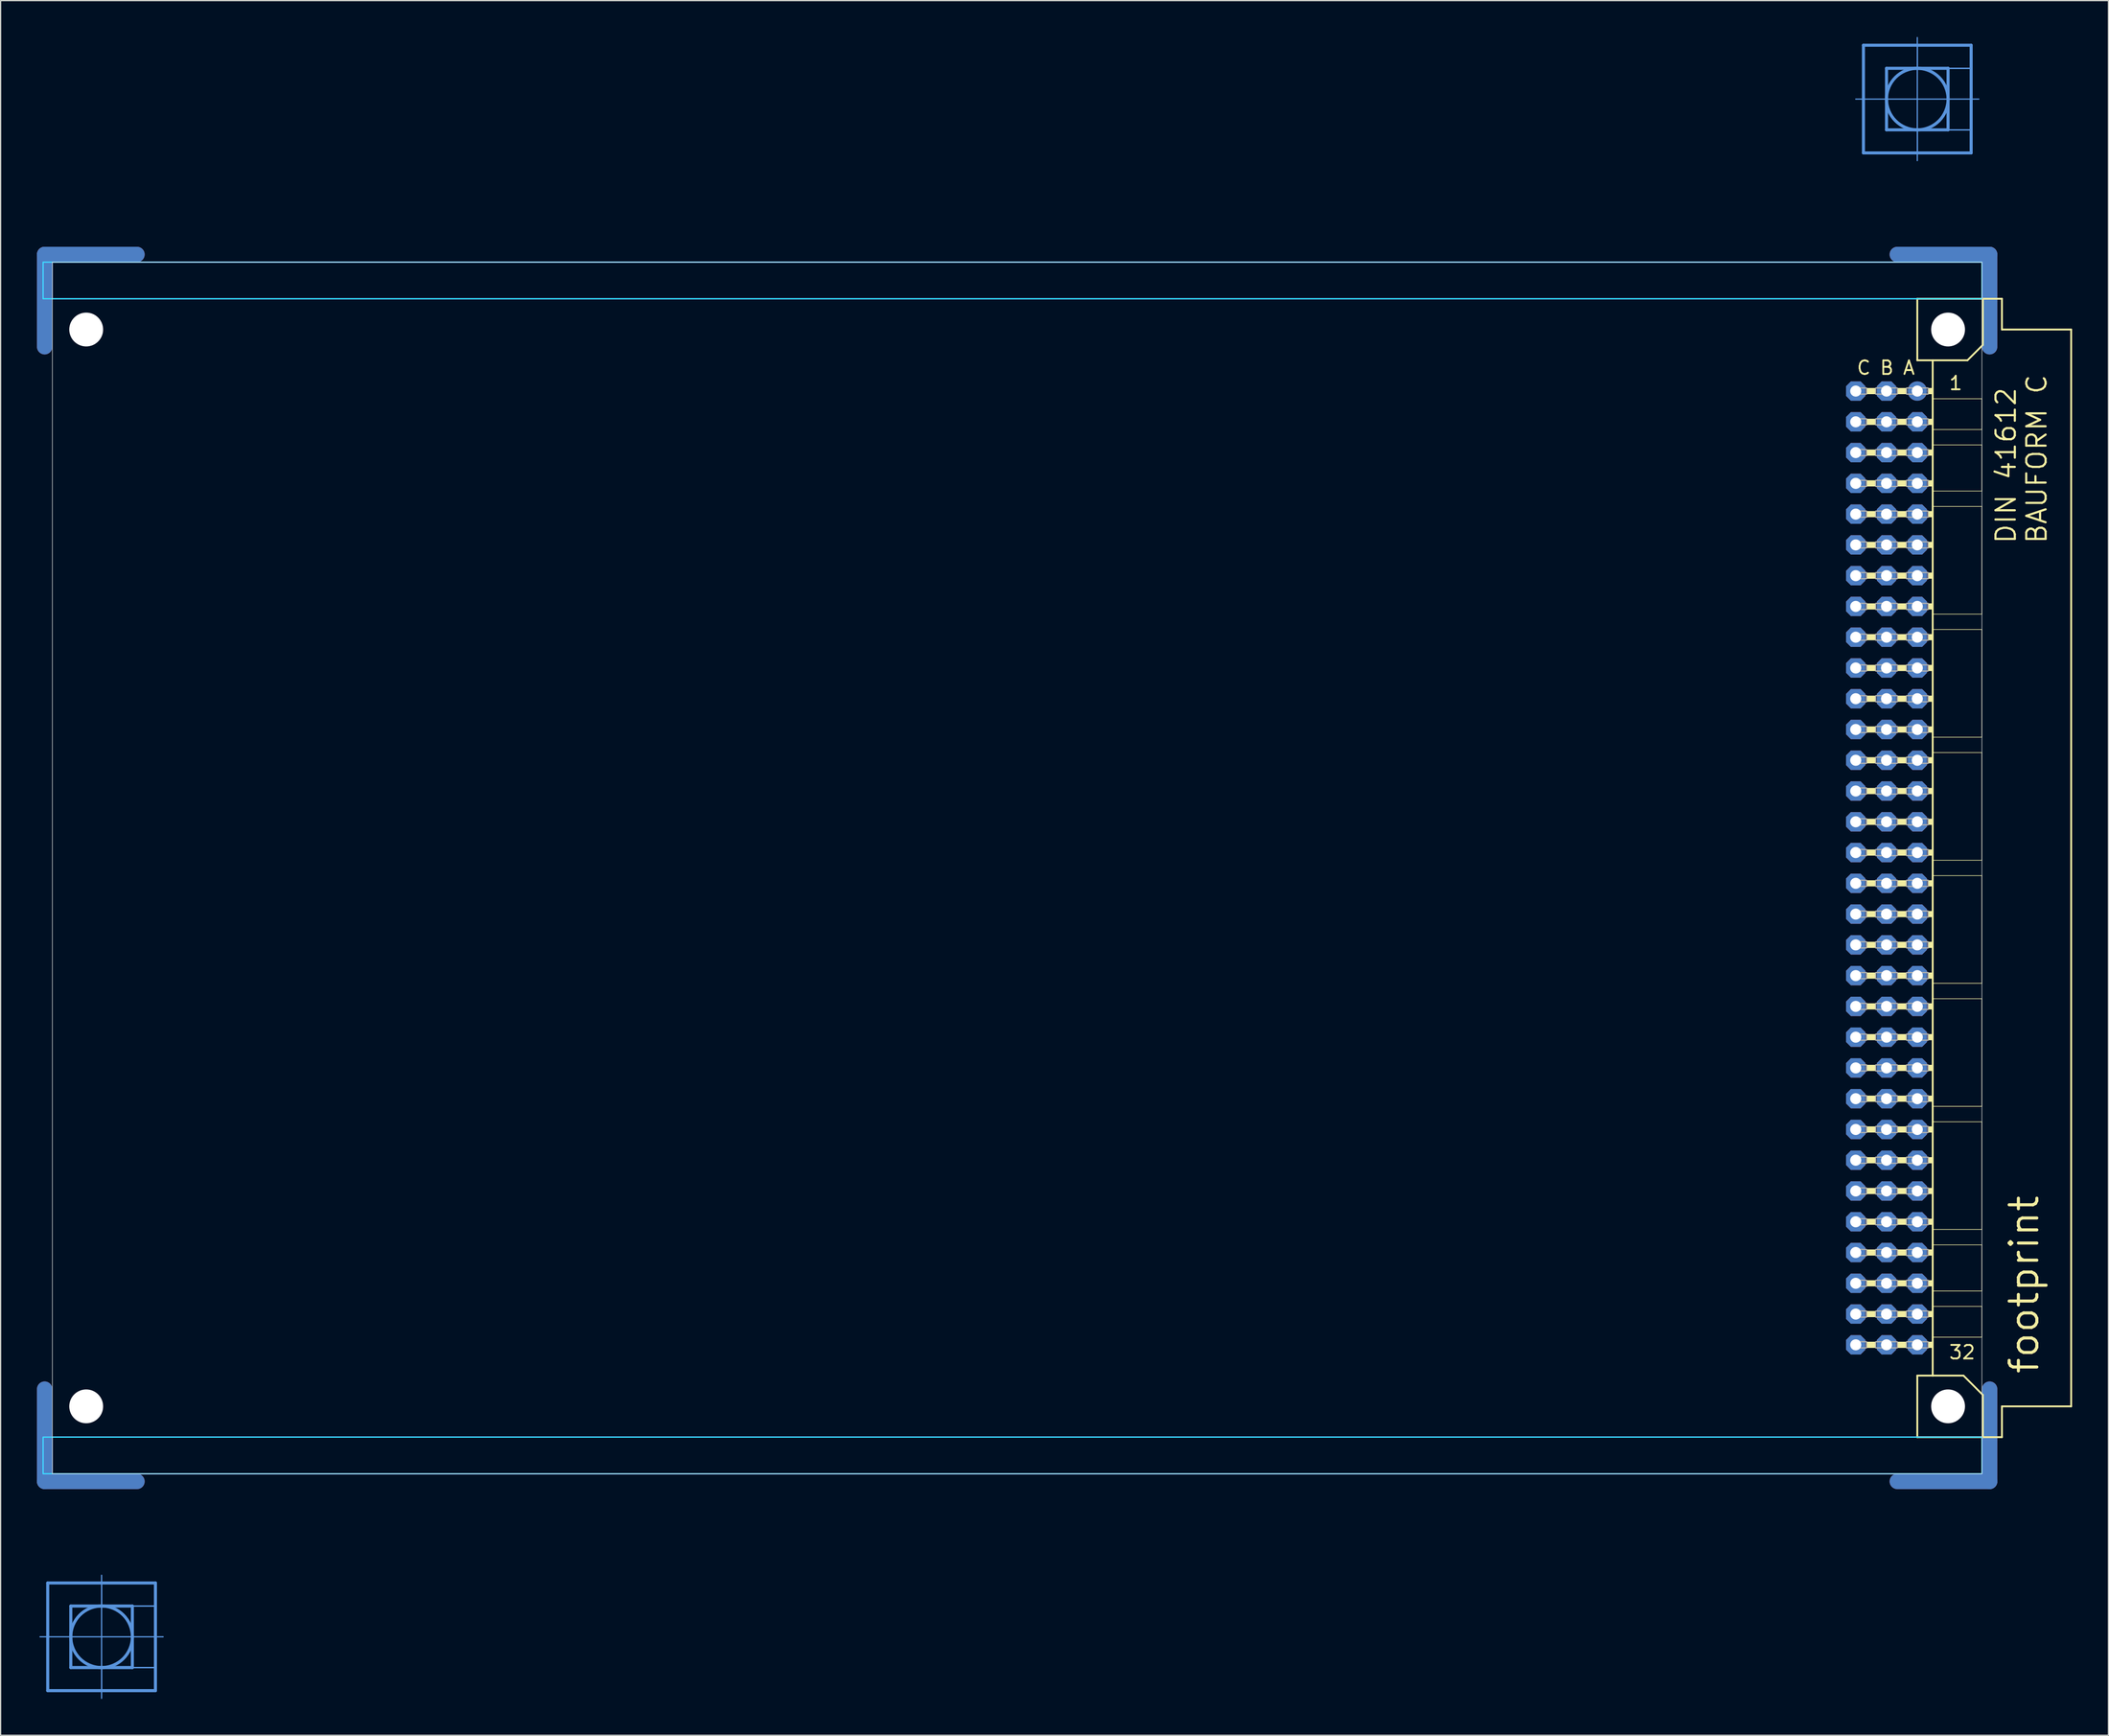
<source format=kicad_pcb>
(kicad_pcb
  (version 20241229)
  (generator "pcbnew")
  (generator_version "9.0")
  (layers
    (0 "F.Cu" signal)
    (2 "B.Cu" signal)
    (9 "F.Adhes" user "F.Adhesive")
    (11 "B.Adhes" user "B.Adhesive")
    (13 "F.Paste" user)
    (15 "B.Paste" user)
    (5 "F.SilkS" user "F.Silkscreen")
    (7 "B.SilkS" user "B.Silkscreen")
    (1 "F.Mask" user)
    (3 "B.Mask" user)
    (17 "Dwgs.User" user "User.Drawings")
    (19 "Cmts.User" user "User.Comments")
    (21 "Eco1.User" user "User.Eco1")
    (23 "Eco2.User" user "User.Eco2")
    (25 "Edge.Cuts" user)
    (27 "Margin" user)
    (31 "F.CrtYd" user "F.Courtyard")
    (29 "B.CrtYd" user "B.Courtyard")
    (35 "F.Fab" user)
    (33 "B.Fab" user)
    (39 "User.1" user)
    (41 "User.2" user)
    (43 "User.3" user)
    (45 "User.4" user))
  (footprint "footprint"
    (layer "F.Cu")
    (at 0.254 68.605)
    (property "Reference" "footprint" (at 165.1 41.91 90) (layer "F.SilkS") (effects (font (size 2.286 2.286) (thickness 0.254)) (justify left bottom)))
    (fp_line (start 0.381 -43.028) (end 0.381 -50.648) (stroke (width 1.27) (type solid)) (layer "F.Cu"))
    (fp_line (start 0.381 43.028) (end 0.381 50.648) (stroke (width 1.27) (type solid)) (layer "F.Cu"))
    (fp_line (start 8.001 -50.648) (end 0.381 -50.648) (stroke (width 1.27) (type solid)) (layer "F.Cu"))
    (fp_line (start 8.001 50.648) (end 0.381 50.648) (stroke (width 1.27) (type solid)) (layer "F.Cu"))
    (fp_line (start 153.289 -50.648) (end 160.909 -50.648) (stroke (width 1.27) (type solid)) (layer "F.Cu"))
    (fp_line (start 153.289 50.648) (end 160.909 50.648) (stroke (width 1.27) (type solid)) (layer "F.Cu"))
    (fp_line (start 160.909 -43.028) (end 160.909 -50.648) (stroke (width 1.27) (type solid)) (layer "F.Cu"))
    (fp_line (start 160.909 43.028) (end 160.909 50.648) (stroke (width 1.27) (type solid)) (layer "F.Cu"))
    (fp_line (start 1.016 -42.393) (end 1.016 -50.013) (stroke (width 0.152) (type solid)) (layer "F.Mask"))
    (fp_line (start 1.016 42.393) (end 1.016 50.013) (stroke (width 0.152) (type solid)) (layer "F.Mask"))
    (fp_line (start 8.636 -50.013) (end 1.016 -50.013) (stroke (width 0.152) (type solid)) (layer "F.Mask"))
    (fp_line (start 8.636 50.013) (end 1.016 50.013) (stroke (width 0.152) (type solid)) (layer "F.Mask"))
    (fp_line (start 152.654 -50.013) (end 160.274 -50.013) (stroke (width 0.152) (type solid)) (layer "F.Mask"))
    (fp_line (start 152.654 50.013) (end 160.274 50.013) (stroke (width 0.152) (type solid)) (layer "F.Mask"))
    (fp_line (start 160.274 -42.393) (end 160.274 -50.013) (stroke (width 0.152) (type solid)) (layer "F.Mask"))
    (fp_line (start 160.274 42.393) (end 160.274 50.013) (stroke (width 0.152) (type solid)) (layer "F.Mask"))
    (fp_line (start 0.381 -43.028) (end 0.381 -50.648) (stroke (width 1.27) (type solid)) (layer "B.Cu"))
    (fp_line (start 0.381 43.028) (end 0.381 50.648) (stroke (width 1.27) (type solid)) (layer "B.Cu"))
    (fp_line (start 8.001 -50.648) (end 0.381 -50.648) (stroke (width 1.27) (type solid)) (layer "B.Cu"))
    (fp_line (start 8.001 50.648) (end 0.381 50.648) (stroke (width 1.27) (type solid)) (layer "B.Cu"))
    (fp_line (start 153.289 -50.648) (end 160.909 -50.648) (stroke (width 1.27) (type solid)) (layer "B.Cu"))
    (fp_line (start 153.289 50.648) (end 160.909 50.648) (stroke (width 1.27) (type solid)) (layer "B.Cu"))
    (fp_line (start 160.909 -43.028) (end 160.909 -50.648) (stroke (width 1.27) (type solid)) (layer "B.Cu"))
    (fp_line (start 160.909 43.028) (end 160.909 50.648) (stroke (width 1.27) (type solid)) (layer "B.Cu"))
    (fp_line (start 1.016 -50.013) (end 8.636 -50.013) (stroke (width 0.152) (type solid)) (layer "B.Mask"))
    (fp_line (start 1.016 -42.393) (end 1.016 -50.013) (stroke (width 0.152) (type solid)) (layer "B.Mask"))
    (fp_line (start 1.016 50.013) (end 1.016 42.393) (stroke (width 0.152) (type solid)) (layer "B.Mask"))
    (fp_line (start 8.636 50.013) (end 1.016 50.013) (stroke (width 0.152) (type solid)) (layer "B.Mask"))
    (fp_line (start 152.654 -50.013) (end 160.274 -50.013) (stroke (width 0.152) (type solid)) (layer "B.Mask"))
    (fp_line (start 160.274 -50.013) (end 160.274 -42.393) (stroke (width 0.152) (type solid)) (layer "B.Mask"))
    (fp_line (start 160.274 42.393) (end 160.274 50.013) (stroke (width 0.152) (type solid)) (layer "B.Mask"))
    (fp_line (start 160.274 50.013) (end 152.654 50.013) (stroke (width 0.152) (type solid)) (layer "B.Mask"))
    (fp_line (start 154.94 -46.99) (end 154.94 -41.91) (stroke (width 0.152) (type solid)) (layer "F.SilkS"))
    (fp_line (start 154.94 -41.91) (end 156.21 -41.91) (stroke (width 0.152) (type solid)) (layer "F.SilkS"))
    (fp_line (start 154.94 41.91) (end 154.94 46.99) (stroke (width 0.152) (type solid)) (layer "F.SilkS"))
    (fp_line (start 154.94 41.91) (end 156.21 41.91) (stroke (width 0.152) (type solid)) (layer "F.SilkS"))
    (fp_line (start 154.94 46.99) (end 160.35 46.99) (stroke (width 0.152) (type solid)) (layer "F.SilkS"))
    (fp_line (start 156.21 -41.91) (end 156.21 -38.735) (stroke (width 0.152) (type solid)) (layer "F.SilkS"))
    (fp_line (start 156.21 -41.91) (end 159.08 -41.91) (stroke (width 0.152) (type solid)) (layer "F.SilkS"))
    (fp_line (start 156.21 -38.735) (end 156.21 -36.195) (stroke (width 0.152) (type solid)) (layer "F.SilkS"))
    (fp_line (start 156.21 -36.195) (end 156.21 -34.925) (stroke (width 0.152) (type solid)) (layer "F.SilkS"))
    (fp_line (start 156.21 -34.925) (end 156.21 -31.115) (stroke (width 0.152) (type solid)) (layer "F.SilkS"))
    (fp_line (start 156.21 -31.115) (end 156.21 -29.845) (stroke (width 0.152) (type solid)) (layer "F.SilkS"))
    (fp_line (start 156.21 -29.845) (end 156.21 -20.955) (stroke (width 0.152) (type solid)) (layer "F.SilkS"))
    (fp_line (start 156.21 -20.955) (end 156.21 -19.685) (stroke (width 0.152) (type solid)) (layer "F.SilkS"))
    (fp_line (start 156.21 -19.685) (end 156.21 -10.795) (stroke (width 0.152) (type solid)) (layer "F.SilkS"))
    (fp_line (start 156.21 -10.795) (end 156.21 -9.525) (stroke (width 0.152) (type solid)) (layer "F.SilkS"))
    (fp_line (start 156.21 -9.525) (end 156.21 -0.635) (stroke (width 0.152) (type solid)) (layer "F.SilkS"))
    (fp_line (start 156.21 -0.635) (end 156.21 0.635) (stroke (width 0.152) (type solid)) (layer "F.SilkS"))
    (fp_line (start 156.21 0.635) (end 156.21 9.525) (stroke (width 0.152) (type solid)) (layer "F.SilkS"))
    (fp_line (start 156.21 9.525) (end 156.21 10.795) (stroke (width 0.152) (type solid)) (layer "F.SilkS"))
    (fp_line (start 156.21 10.795) (end 156.21 19.685) (stroke (width 0.152) (type solid)) (layer "F.SilkS"))
    (fp_line (start 156.21 19.685) (end 156.21 20.955) (stroke (width 0.152) (type solid)) (layer "F.SilkS"))
    (fp_line (start 156.21 20.955) (end 156.21 29.845) (stroke (width 0.152) (type solid)) (layer "F.SilkS"))
    (fp_line (start 156.21 29.845) (end 156.21 31.115) (stroke (width 0.152) (type solid)) (layer "F.SilkS"))
    (fp_line (start 156.21 31.115) (end 156.21 34.925) (stroke (width 0.152) (type solid)) (layer "F.SilkS"))
    (fp_line (start 156.21 34.925) (end 156.21 36.195) (stroke (width 0.152) (type solid)) (layer "F.SilkS"))
    (fp_line (start 156.21 36.195) (end 156.21 38.735) (stroke (width 0.152) (type solid)) (layer "F.SilkS"))
    (fp_line (start 156.21 38.735) (end 156.21 41.91) (stroke (width 0.152) (type solid)) (layer "F.SilkS"))
    (fp_line (start 156.21 41.91) (end 158.75 41.91) (stroke (width 0.152) (type solid)) (layer "F.SilkS"))
    (fp_line (start 159.08 -41.91) (end 160.35 -43.18) (stroke (width 0.152) (type solid)) (layer "F.SilkS"))
    (fp_line (start 160.274 -38.735) (end 156.21 -38.735) (stroke (width 0.051) (type solid)) (layer "F.SilkS"))
    (fp_line (start 160.274 -38.735) (end 160.274 -36.195) (stroke (width 0.051) (type solid)) (layer "F.SilkS"))
    (fp_line (start 160.274 -36.195) (end 156.21 -36.195) (stroke (width 0.051) (type solid)) (layer "F.SilkS"))
    (fp_line (start 160.274 -34.925) (end 156.21 -34.925) (stroke (width 0.051) (type solid)) (layer "F.SilkS"))
    (fp_line (start 160.274 -34.925) (end 160.274 -31.115) (stroke (width 0.051) (type solid)) (layer "F.SilkS"))
    (fp_line (start 160.274 -31.115) (end 156.21 -31.115) (stroke (width 0.051) (type solid)) (layer "F.SilkS"))
    (fp_line (start 160.274 -29.845) (end 156.21 -29.845) (stroke (width 0.051) (type solid)) (layer "F.SilkS"))
    (fp_line (start 160.274 -29.845) (end 160.274 -20.955) (stroke (width 0.051) (type solid)) (layer "F.SilkS"))
    (fp_line (start 160.274 -20.955) (end 156.21 -20.955) (stroke (width 0.051) (type solid)) (layer "F.SilkS"))
    (fp_line (start 160.274 -19.685) (end 156.21 -19.685) (stroke (width 0.051) (type solid)) (layer "F.SilkS"))
    (fp_line (start 160.274 -19.685) (end 160.274 -10.795) (stroke (width 0.051) (type solid)) (layer "F.SilkS"))
    (fp_line (start 160.274 -10.795) (end 156.21 -10.795) (stroke (width 0.051) (type solid)) (layer "F.SilkS"))
    (fp_line (start 160.274 -9.525) (end 156.21 -9.525) (stroke (width 0.051) (type solid)) (layer "F.SilkS"))
    (fp_line (start 160.274 -9.525) (end 160.274 -0.635) (stroke (width 0.051) (type solid)) (layer "F.SilkS"))
    (fp_line (start 160.274 -0.635) (end 156.21 -0.635) (stroke (width 0.051) (type solid)) (layer "F.SilkS"))
    (fp_line (start 160.274 0.635) (end 156.21 0.635) (stroke (width 0.051) (type solid)) (layer "F.SilkS"))
    (fp_line (start 160.274 0.635) (end 160.274 9.525) (stroke (width 0.051) (type solid)) (layer "F.SilkS"))
    (fp_line (start 160.274 9.525) (end 156.21 9.525) (stroke (width 0.051) (type solid)) (layer "F.SilkS"))
    (fp_line (start 160.274 10.795) (end 156.21 10.795) (stroke (width 0.051) (type solid)) (layer "F.SilkS"))
    (fp_line (start 160.274 10.795) (end 160.274 19.685) (stroke (width 0.051) (type solid)) (layer "F.SilkS"))
    (fp_line (start 160.274 19.685) (end 156.21 19.685) (stroke (width 0.051) (type solid)) (layer "F.SilkS"))
    (fp_line (start 160.274 20.955) (end 156.21 20.955) (stroke (width 0.051) (type solid)) (layer "F.SilkS"))
    (fp_line (start 160.274 20.955) (end 160.274 29.845) (stroke (width 0.051) (type solid)) (layer "F.SilkS"))
    (fp_line (start 160.274 29.845) (end 156.21 29.845) (stroke (width 0.051) (type solid)) (layer "F.SilkS"))
    (fp_line (start 160.274 31.115) (end 156.21 31.115) (stroke (width 0.051) (type solid)) (layer "F.SilkS"))
    (fp_line (start 160.274 31.115) (end 160.274 34.925) (stroke (width 0.051) (type solid)) (layer "F.SilkS"))
    (fp_line (start 160.274 34.925) (end 156.21 34.925) (stroke (width 0.051) (type solid)) (layer "F.SilkS"))
    (fp_line (start 160.274 36.195) (end 156.21 36.195) (stroke (width 0.051) (type solid)) (layer "F.SilkS"))
    (fp_line (start 160.274 36.195) (end 160.274 38.735) (stroke (width 0.051) (type solid)) (layer "F.SilkS"))
    (fp_line (start 160.274 38.735) (end 156.21 38.735) (stroke (width 0.051) (type solid)) (layer "F.SilkS"))
    (fp_line (start 160.35 -46.99) (end 154.94 -46.99) (stroke (width 0.152) (type solid)) (layer "F.SilkS"))
    (fp_line (start 160.35 -43.18) (end 160.35 -46.99) (stroke (width 0.152) (type solid)) (layer "F.SilkS"))
    (fp_line (start 160.35 43.51) (end 158.75 41.91) (stroke (width 0.152) (type solid)) (layer "F.SilkS"))
    (fp_line (start 160.35 43.51) (end 160.35 46.99) (stroke (width 0.152) (type solid)) (layer "F.SilkS"))
    (fp_line (start 160.35 46.99) (end 161.925 46.99) (stroke (width 0.152) (type solid)) (layer "F.SilkS"))
    (fp_line (start 161.925 -46.99) (end 160.35 -46.99) (stroke (width 0.152) (type solid)) (layer "F.SilkS"))
    (fp_line (start 161.925 -44.45) (end 161.925 -46.99) (stroke (width 0.152) (type solid)) (layer "F.SilkS"))
    (fp_line (start 161.925 44.45) (end 167.64 44.45) (stroke (width 0.152) (type solid)) (layer "F.SilkS"))
    (fp_line (start 161.925 46.99) (end 161.925 44.45) (stroke (width 0.152) (type solid)) (layer "F.SilkS"))
    (fp_line (start 167.64 -44.45) (end 161.925 -44.45) (stroke (width 0.152) (type solid)) (layer "F.SilkS"))
    (fp_line (start 167.64 44.45) (end 167.64 -44.45) (stroke (width 0.152) (type solid)) (layer "F.SilkS"))
    (fp_circle (center 3.81 -44.45) (end 5.08 -44.45) (stroke (width 0.152) (type solid)) (fill no) (layer "F.SilkS"))
    (fp_circle (center 3.81 44.45) (end 5.08 44.45) (stroke (width 0.152) (type solid)) (fill no) (layer "F.SilkS"))
    (fp_circle (center 157.48 -44.45) (end 158.75 -44.45) (stroke (width 0.152) (type solid)) (fill no) (layer "F.SilkS"))
    (fp_circle (center 157.48 44.45) (end 158.75 44.45) (stroke (width 0.152) (type solid)) (fill no) (layer "F.SilkS"))
    (fp_poly (pts (xy 150.749 -39.116) (xy 151.511 -39.116) (xy 151.511 -39.624) (xy 150.749 -39.624)) (stroke (width 0) (type solid)) (fill yes) (layer "F.SilkS"))
    (fp_poly (pts (xy 150.749 -36.576) (xy 151.511 -36.576) (xy 151.511 -37.084) (xy 150.749 -37.084)) (stroke (width 0) (type solid)) (fill yes) (layer "F.SilkS"))
    (fp_poly (pts (xy 150.749 -34.036) (xy 151.511 -34.036) (xy 151.511 -34.544) (xy 150.749 -34.544)) (stroke (width 0) (type solid)) (fill yes) (layer "F.SilkS"))
    (fp_poly (pts (xy 150.749 -31.496) (xy 151.511 -31.496) (xy 151.511 -32.004) (xy 150.749 -32.004)) (stroke (width 0) (type solid)) (fill yes) (layer "F.SilkS"))
    (fp_poly (pts (xy 150.749 -28.956) (xy 151.511 -28.956) (xy 151.511 -29.464) (xy 150.749 -29.464)) (stroke (width 0) (type solid)) (fill yes) (layer "F.SilkS"))
    (fp_poly (pts (xy 150.749 -26.416) (xy 151.511 -26.416) (xy 151.511 -26.924) (xy 150.749 -26.924)) (stroke (width 0) (type solid)) (fill yes) (layer "F.SilkS"))
    (fp_poly (pts (xy 150.749 -23.876) (xy 151.511 -23.876) (xy 151.511 -24.384) (xy 150.749 -24.384)) (stroke (width 0) (type solid)) (fill yes) (layer "F.SilkS"))
    (fp_poly (pts (xy 150.749 -21.336) (xy 151.511 -21.336) (xy 151.511 -21.844) (xy 150.749 -21.844)) (stroke (width 0) (type solid)) (fill yes) (layer "F.SilkS"))
    (fp_poly (pts (xy 150.749 -18.796) (xy 151.511 -18.796) (xy 151.511 -19.304) (xy 150.749 -19.304)) (stroke (width 0) (type solid)) (fill yes) (layer "F.SilkS"))
    (fp_poly (pts (xy 150.749 -16.256) (xy 151.511 -16.256) (xy 151.511 -16.764) (xy 150.749 -16.764)) (stroke (width 0) (type solid)) (fill yes) (layer "F.SilkS"))
    (fp_poly (pts (xy 150.749 -13.716) (xy 151.511 -13.716) (xy 151.511 -14.224) (xy 150.749 -14.224)) (stroke (width 0) (type solid)) (fill yes) (layer "F.SilkS"))
    (fp_poly (pts (xy 150.749 -11.176) (xy 151.511 -11.176) (xy 151.511 -11.684) (xy 150.749 -11.684)) (stroke (width 0) (type solid)) (fill yes) (layer "F.SilkS"))
    (fp_poly (pts (xy 150.749 -8.636) (xy 151.511 -8.636) (xy 151.511 -9.144) (xy 150.749 -9.144)) (stroke (width 0) (type solid)) (fill yes) (layer "F.SilkS"))
    (fp_poly (pts (xy 150.749 -6.096) (xy 151.511 -6.096) (xy 151.511 -6.604) (xy 150.749 -6.604)) (stroke (width 0) (type solid)) (fill yes) (layer "F.SilkS"))
    (fp_poly (pts (xy 150.749 -3.556) (xy 151.511 -3.556) (xy 151.511 -4.064) (xy 150.749 -4.064)) (stroke (width 0) (type solid)) (fill yes) (layer "F.SilkS"))
    (fp_poly (pts (xy 150.749 -1.016) (xy 151.511 -1.016) (xy 151.511 -1.524) (xy 150.749 -1.524)) (stroke (width 0) (type solid)) (fill yes) (layer "F.SilkS"))
    (fp_poly (pts (xy 150.749 1.524) (xy 151.511 1.524) (xy 151.511 1.016) (xy 150.749 1.016)) (stroke (width 0) (type solid)) (fill yes) (layer "F.SilkS"))
    (fp_poly (pts (xy 150.749 4.064) (xy 151.511 4.064) (xy 151.511 3.556) (xy 150.749 3.556)) (stroke (width 0) (type solid)) (fill yes) (layer "F.SilkS"))
    (fp_poly (pts (xy 150.749 6.604) (xy 151.511 6.604) (xy 151.511 6.096) (xy 150.749 6.096)) (stroke (width 0) (type solid)) (fill yes) (layer "F.SilkS"))
    (fp_poly (pts (xy 150.749 9.144) (xy 151.511 9.144) (xy 151.511 8.636) (xy 150.749 8.636)) (stroke (width 0) (type solid)) (fill yes) (layer "F.SilkS"))
    (fp_poly (pts (xy 150.749 11.684) (xy 151.511 11.684) (xy 151.511 11.176) (xy 150.749 11.176)) (stroke (width 0) (type solid)) (fill yes) (layer "F.SilkS"))
    (fp_poly (pts (xy 150.749 14.224) (xy 151.511 14.224) (xy 151.511 13.716) (xy 150.749 13.716)) (stroke (width 0) (type solid)) (fill yes) (layer "F.SilkS"))
    (fp_poly (pts (xy 150.749 16.764) (xy 151.511 16.764) (xy 151.511 16.256) (xy 150.749 16.256)) (stroke (width 0) (type solid)) (fill yes) (layer "F.SilkS"))
    (fp_poly (pts (xy 150.749 19.304) (xy 151.511 19.304) (xy 151.511 18.796) (xy 150.749 18.796)) (stroke (width 0) (type solid)) (fill yes) (layer "F.SilkS"))
    (fp_poly (pts (xy 150.749 21.844) (xy 151.511 21.844) (xy 151.511 21.336) (xy 150.749 21.336)) (stroke (width 0) (type solid)) (fill yes) (layer "F.SilkS"))
    (fp_poly (pts (xy 150.749 24.384) (xy 151.511 24.384) (xy 151.511 23.876) (xy 150.749 23.876)) (stroke (width 0) (type solid)) (fill yes) (layer "F.SilkS"))
    (fp_poly (pts (xy 150.749 26.924) (xy 151.511 26.924) (xy 151.511 26.416) (xy 150.749 26.416)) (stroke (width 0) (type solid)) (fill yes) (layer "F.SilkS"))
    (fp_poly (pts (xy 150.749 29.464) (xy 151.511 29.464) (xy 151.511 28.956) (xy 150.749 28.956)) (stroke (width 0) (type solid)) (fill yes) (layer "F.SilkS"))
    (fp_poly (pts (xy 150.749 32.004) (xy 151.511 32.004) (xy 151.511 31.496) (xy 150.749 31.496)) (stroke (width 0) (type solid)) (fill yes) (layer "F.SilkS"))
    (fp_poly (pts (xy 150.749 34.544) (xy 151.511 34.544) (xy 151.511 34.036) (xy 150.749 34.036)) (stroke (width 0) (type solid)) (fill yes) (layer "F.SilkS"))
    (fp_poly (pts (xy 150.749 37.084) (xy 151.511 37.084) (xy 151.511 36.576) (xy 150.749 36.576)) (stroke (width 0) (type solid)) (fill yes) (layer "F.SilkS"))
    (fp_poly (pts (xy 150.749 39.624) (xy 151.511 39.624) (xy 151.511 39.116) (xy 150.749 39.116)) (stroke (width 0) (type solid)) (fill yes) (layer "F.SilkS"))
    (fp_poly (pts (xy 153.289 -39.116) (xy 154.051 -39.116) (xy 154.051 -39.624) (xy 153.289 -39.624)) (stroke (width 0) (type solid)) (fill yes) (layer "F.SilkS"))
    (fp_poly (pts (xy 153.289 -36.576) (xy 154.051 -36.576) (xy 154.051 -37.084) (xy 153.289 -37.084)) (stroke (width 0) (type solid)) (fill yes) (layer "F.SilkS"))
    (fp_poly (pts (xy 153.289 -34.036) (xy 154.051 -34.036) (xy 154.051 -34.544) (xy 153.289 -34.544)) (stroke (width 0) (type solid)) (fill yes) (layer "F.SilkS"))
    (fp_poly (pts (xy 153.289 -31.496) (xy 154.051 -31.496) (xy 154.051 -32.004) (xy 153.289 -32.004)) (stroke (width 0) (type solid)) (fill yes) (layer "F.SilkS"))
    (fp_poly (pts (xy 153.289 -28.956) (xy 154.051 -28.956) (xy 154.051 -29.464) (xy 153.289 -29.464)) (stroke (width 0) (type solid)) (fill yes) (layer "F.SilkS"))
    (fp_poly (pts (xy 153.289 -26.416) (xy 154.051 -26.416) (xy 154.051 -26.924) (xy 153.289 -26.924)) (stroke (width 0) (type solid)) (fill yes) (layer "F.SilkS"))
    (fp_poly (pts (xy 153.289 -23.876) (xy 154.051 -23.876) (xy 154.051 -24.384) (xy 153.289 -24.384)) (stroke (width 0) (type solid)) (fill yes) (layer "F.SilkS"))
    (fp_poly (pts (xy 153.289 -21.336) (xy 154.051 -21.336) (xy 154.051 -21.844) (xy 153.289 -21.844)) (stroke (width 0) (type solid)) (fill yes) (layer "F.SilkS"))
    (fp_poly (pts (xy 153.289 -18.796) (xy 154.051 -18.796) (xy 154.051 -19.304) (xy 153.289 -19.304)) (stroke (width 0) (type solid)) (fill yes) (layer "F.SilkS"))
    (fp_poly (pts (xy 153.289 -16.256) (xy 154.051 -16.256) (xy 154.051 -16.764) (xy 153.289 -16.764)) (stroke (width 0) (type solid)) (fill yes) (layer "F.SilkS"))
    (fp_poly (pts (xy 153.289 -13.716) (xy 154.051 -13.716) (xy 154.051 -14.224) (xy 153.289 -14.224)) (stroke (width 0) (type solid)) (fill yes) (layer "F.SilkS"))
    (fp_poly (pts (xy 153.289 -11.176) (xy 154.051 -11.176) (xy 154.051 -11.684) (xy 153.289 -11.684)) (stroke (width 0) (type solid)) (fill yes) (layer "F.SilkS"))
    (fp_poly (pts (xy 153.289 -8.636) (xy 154.051 -8.636) (xy 154.051 -9.144) (xy 153.289 -9.144)) (stroke (width 0) (type solid)) (fill yes) (layer "F.SilkS"))
    (fp_poly (pts (xy 153.289 -6.096) (xy 154.051 -6.096) (xy 154.051 -6.604) (xy 153.289 -6.604)) (stroke (width 0) (type solid)) (fill yes) (layer "F.SilkS"))
    (fp_poly (pts (xy 153.289 -3.556) (xy 154.051 -3.556) (xy 154.051 -4.064) (xy 153.289 -4.064)) (stroke (width 0) (type solid)) (fill yes) (layer "F.SilkS"))
    (fp_poly (pts (xy 153.289 -1.016) (xy 154.051 -1.016) (xy 154.051 -1.524) (xy 153.289 -1.524)) (stroke (width 0) (type solid)) (fill yes) (layer "F.SilkS"))
    (fp_poly (pts (xy 153.289 1.524) (xy 154.051 1.524) (xy 154.051 1.016) (xy 153.289 1.016)) (stroke (width 0) (type solid)) (fill yes) (layer "F.SilkS"))
    (fp_poly (pts (xy 153.289 4.064) (xy 154.051 4.064) (xy 154.051 3.556) (xy 153.289 3.556)) (stroke (width 0) (type solid)) (fill yes) (layer "F.SilkS"))
    (fp_poly (pts (xy 153.289 6.604) (xy 154.051 6.604) (xy 154.051 6.096) (xy 153.289 6.096)) (stroke (width 0) (type solid)) (fill yes) (layer "F.SilkS"))
    (fp_poly (pts (xy 153.289 9.144) (xy 154.051 9.144) (xy 154.051 8.636) (xy 153.289 8.636)) (stroke (width 0) (type solid)) (fill yes) (layer "F.SilkS"))
    (fp_poly (pts (xy 153.289 11.684) (xy 154.051 11.684) (xy 154.051 11.176) (xy 153.289 11.176)) (stroke (width 0) (type solid)) (fill yes) (layer "F.SilkS"))
    (fp_poly (pts (xy 153.289 14.224) (xy 154.051 14.224) (xy 154.051 13.716) (xy 153.289 13.716)) (stroke (width 0) (type solid)) (fill yes) (layer "F.SilkS"))
    (fp_poly (pts (xy 153.289 16.764) (xy 154.051 16.764) (xy 154.051 16.256) (xy 153.289 16.256)) (stroke (width 0) (type solid)) (fill yes) (layer "F.SilkS"))
    (fp_poly (pts (xy 153.289 19.304) (xy 154.051 19.304) (xy 154.051 18.796) (xy 153.289 18.796)) (stroke (width 0) (type solid)) (fill yes) (layer "F.SilkS"))
    (fp_poly (pts (xy 153.289 21.844) (xy 154.051 21.844) (xy 154.051 21.336) (xy 153.289 21.336)) (stroke (width 0) (type solid)) (fill yes) (layer "F.SilkS"))
    (fp_poly (pts (xy 153.289 24.384) (xy 154.051 24.384) (xy 154.051 23.876) (xy 153.289 23.876)) (stroke (width 0) (type solid)) (fill yes) (layer "F.SilkS"))
    (fp_poly (pts (xy 153.289 26.924) (xy 154.051 26.924) (xy 154.051 26.416) (xy 153.289 26.416)) (stroke (width 0) (type solid)) (fill yes) (layer "F.SilkS"))
    (fp_poly (pts (xy 153.289 29.464) (xy 154.051 29.464) (xy 154.051 28.956) (xy 153.289 28.956)) (stroke (width 0) (type solid)) (fill yes) (layer "F.SilkS"))
    (fp_poly (pts (xy 153.289 32.004) (xy 154.051 32.004) (xy 154.051 31.496) (xy 153.289 31.496)) (stroke (width 0) (type solid)) (fill yes) (layer "F.SilkS"))
    (fp_poly (pts (xy 153.289 34.544) (xy 154.051 34.544) (xy 154.051 34.036) (xy 153.289 34.036)) (stroke (width 0) (type solid)) (fill yes) (layer "F.SilkS"))
    (fp_poly (pts (xy 153.289 37.084) (xy 154.051 37.084) (xy 154.051 36.576) (xy 153.289 36.576)) (stroke (width 0) (type solid)) (fill yes) (layer "F.SilkS"))
    (fp_poly (pts (xy 153.289 39.624) (xy 154.051 39.624) (xy 154.051 39.116) (xy 153.289 39.116)) (stroke (width 0) (type solid)) (fill yes) (layer "F.SilkS"))
    (fp_poly (pts (xy 155.829 -39.116) (xy 156.21 -39.116) (xy 156.21 -39.624) (xy 155.829 -39.624)) (stroke (width 0) (type solid)) (fill yes) (layer "F.SilkS"))
    (fp_poly (pts (xy 155.829 -36.576) (xy 156.21 -36.576) (xy 156.21 -37.084) (xy 155.829 -37.084)) (stroke (width 0) (type solid)) (fill yes) (layer "F.SilkS"))
    (fp_poly (pts (xy 155.829 -34.036) (xy 156.21 -34.036) (xy 156.21 -34.544) (xy 155.829 -34.544)) (stroke (width 0) (type solid)) (fill yes) (layer "F.SilkS"))
    (fp_poly (pts (xy 155.829 -31.496) (xy 156.21 -31.496) (xy 156.21 -32.004) (xy 155.829 -32.004)) (stroke (width 0) (type solid)) (fill yes) (layer "F.SilkS"))
    (fp_poly (pts (xy 155.829 -28.956) (xy 156.21 -28.956) (xy 156.21 -29.464) (xy 155.829 -29.464)) (stroke (width 0) (type solid)) (fill yes) (layer "F.SilkS"))
    (fp_poly (pts (xy 155.829 -26.416) (xy 156.21 -26.416) (xy 156.21 -26.924) (xy 155.829 -26.924)) (stroke (width 0) (type solid)) (fill yes) (layer "F.SilkS"))
    (fp_poly (pts (xy 155.829 -23.876) (xy 156.21 -23.876) (xy 156.21 -24.384) (xy 155.829 -24.384)) (stroke (width 0) (type solid)) (fill yes) (layer "F.SilkS"))
    (fp_poly (pts (xy 155.829 -21.336) (xy 156.21 -21.336) (xy 156.21 -21.844) (xy 155.829 -21.844)) (stroke (width 0) (type solid)) (fill yes) (layer "F.SilkS"))
    (fp_poly (pts (xy 155.829 -18.796) (xy 156.21 -18.796) (xy 156.21 -19.304) (xy 155.829 -19.304)) (stroke (width 0) (type solid)) (fill yes) (layer "F.SilkS"))
    (fp_poly (pts (xy 155.829 -16.256) (xy 156.21 -16.256) (xy 156.21 -16.764) (xy 155.829 -16.764)) (stroke (width 0) (type solid)) (fill yes) (layer "F.SilkS"))
    (fp_poly (pts (xy 155.829 -13.716) (xy 156.21 -13.716) (xy 156.21 -14.224) (xy 155.829 -14.224)) (stroke (width 0) (type solid)) (fill yes) (layer "F.SilkS"))
    (fp_poly (pts (xy 155.829 -11.176) (xy 156.21 -11.176) (xy 156.21 -11.684) (xy 155.829 -11.684)) (stroke (width 0) (type solid)) (fill yes) (layer "F.SilkS"))
    (fp_poly (pts (xy 155.829 -8.636) (xy 156.21 -8.636) (xy 156.21 -9.144) (xy 155.829 -9.144)) (stroke (width 0) (type solid)) (fill yes) (layer "F.SilkS"))
    (fp_poly (pts (xy 155.829 -6.096) (xy 156.21 -6.096) (xy 156.21 -6.604) (xy 155.829 -6.604)) (stroke (width 0) (type solid)) (fill yes) (layer "F.SilkS"))
    (fp_poly (pts (xy 155.829 -3.556) (xy 156.21 -3.556) (xy 156.21 -4.064) (xy 155.829 -4.064)) (stroke (width 0) (type solid)) (fill yes) (layer "F.SilkS"))
    (fp_poly (pts (xy 155.829 -1.016) (xy 156.21 -1.016) (xy 156.21 -1.524) (xy 155.829 -1.524)) (stroke (width 0) (type solid)) (fill yes) (layer "F.SilkS"))
    (fp_poly (pts (xy 155.829 1.524) (xy 156.21 1.524) (xy 156.21 1.016) (xy 155.829 1.016)) (stroke (width 0) (type solid)) (fill yes) (layer "F.SilkS"))
    (fp_poly (pts (xy 155.829 4.064) (xy 156.21 4.064) (xy 156.21 3.556) (xy 155.829 3.556)) (stroke (width 0) (type solid)) (fill yes) (layer "F.SilkS"))
    (fp_poly (pts (xy 155.829 6.604) (xy 156.21 6.604) (xy 156.21 6.096) (xy 155.829 6.096)) (stroke (width 0) (type solid)) (fill yes) (layer "F.SilkS"))
    (fp_poly (pts (xy 155.829 9.144) (xy 156.21 9.144) (xy 156.21 8.636) (xy 155.829 8.636)) (stroke (width 0) (type solid)) (fill yes) (layer "F.SilkS"))
    (fp_poly (pts (xy 155.829 11.684) (xy 156.21 11.684) (xy 156.21 11.176) (xy 155.829 11.176)) (stroke (width 0) (type solid)) (fill yes) (layer "F.SilkS"))
    (fp_poly (pts (xy 155.829 14.224) (xy 156.21 14.224) (xy 156.21 13.716) (xy 155.829 13.716)) (stroke (width 0) (type solid)) (fill yes) (layer "F.SilkS"))
    (fp_poly (pts (xy 155.829 16.764) (xy 156.21 16.764) (xy 156.21 16.256) (xy 155.829 16.256)) (stroke (width 0) (type solid)) (fill yes) (layer "F.SilkS"))
    (fp_poly (pts (xy 155.829 19.304) (xy 156.21 19.304) (xy 156.21 18.796) (xy 155.829 18.796)) (stroke (width 0) (type solid)) (fill yes) (layer "F.SilkS"))
    (fp_poly (pts (xy 155.829 21.844) (xy 156.21 21.844) (xy 156.21 21.336) (xy 155.829 21.336)) (stroke (width 0) (type solid)) (fill yes) (layer "F.SilkS"))
    (fp_poly (pts (xy 155.829 24.384) (xy 156.21 24.384) (xy 156.21 23.876) (xy 155.829 23.876)) (stroke (width 0) (type solid)) (fill yes) (layer "F.SilkS"))
    (fp_poly (pts (xy 155.829 26.924) (xy 156.21 26.924) (xy 156.21 26.416) (xy 155.829 26.416)) (stroke (width 0) (type solid)) (fill yes) (layer "F.SilkS"))
    (fp_poly (pts (xy 155.829 29.464) (xy 156.21 29.464) (xy 156.21 28.956) (xy 155.829 28.956)) (stroke (width 0) (type solid)) (fill yes) (layer "F.SilkS"))
    (fp_poly (pts (xy 155.829 32.004) (xy 156.21 32.004) (xy 156.21 31.496) (xy 155.829 31.496)) (stroke (width 0) (type solid)) (fill yes) (layer "F.SilkS"))
    (fp_poly (pts (xy 155.829 34.544) (xy 156.21 34.544) (xy 156.21 34.036) (xy 155.829 34.036)) (stroke (width 0) (type solid)) (fill yes) (layer "F.SilkS"))
    (fp_poly (pts (xy 155.829 37.084) (xy 156.21 37.084) (xy 156.21 36.576) (xy 155.829 36.576)) (stroke (width 0) (type solid)) (fill yes) (layer "F.SilkS"))
    (fp_poly (pts (xy 155.829 39.624) (xy 156.21 39.624) (xy 156.21 39.116) (xy 155.829 39.116)) (stroke (width 0) (type solid)) (fill yes) (layer "F.SilkS"))
    (fp_line (start 0 63.475) (end 0.635 63.475) (stroke (width 0.102) (type solid)) (layer "Cmts.User"))
    (fp_line (start 0.635 59.03) (end 9.525 59.03) (stroke (width 0.254) (type solid)) (layer "Cmts.User"))
    (fp_line (start 0.635 63.475) (end 0.635 59.03) (stroke (width 0.254) (type solid)) (layer "Cmts.User"))
    (fp_line (start 0.635 63.475) (end 10.16 63.475) (stroke (width 0.102) (type solid)) (layer "Cmts.User"))
    (fp_line (start 0.635 67.92) (end 0.635 63.475) (stroke (width 0.254) (type solid)) (layer "Cmts.User"))
    (fp_line (start 2.54 60.935) (end 2.54 66.015) (stroke (width 0.254) (type solid)) (layer "Cmts.User"))
    (fp_line (start 2.54 66.015) (end 7.62 66.015) (stroke (width 0.254) (type solid)) (layer "Cmts.User"))
    (fp_line (start 5.08 68.555) (end 5.08 58.395) (stroke (width 0.102) (type solid)) (layer "Cmts.User"))
    (fp_line (start 7.62 60.935) (end 2.54 60.935) (stroke (width 0.254) (type solid)) (layer "Cmts.User"))
    (fp_line (start 7.62 66.015) (end 7.62 60.935) (stroke (width 0.254) (type solid)) (layer "Cmts.User"))
    (fp_line (start 9.525 59.03) (end 9.525 67.92) (stroke (width 0.254) (type solid)) (layer "Cmts.User"))
    (fp_line (start 9.525 67.92) (end 0.635 67.92) (stroke (width 0.254) (type solid)) (layer "Cmts.User"))
    (fp_line (start 149.86 -63.475) (end 150.495 -63.475) (stroke (width 0.102) (type solid)) (layer "Cmts.User"))
    (fp_line (start 150.495 -67.92) (end 159.385 -67.92) (stroke (width 0.254) (type solid)) (layer "Cmts.User"))
    (fp_line (start 150.495 -63.475) (end 150.495 -67.92) (stroke (width 0.254) (type solid)) (layer "Cmts.User"))
    (fp_line (start 150.495 -63.475) (end 160.02 -63.475) (stroke (width 0.102) (type solid)) (layer "Cmts.User"))
    (fp_line (start 150.495 -59.03) (end 150.495 -63.475) (stroke (width 0.254) (type solid)) (layer "Cmts.User"))
    (fp_line (start 152.4 -66.015) (end 152.4 -60.935) (stroke (width 0.254) (type solid)) (layer "Cmts.User"))
    (fp_line (start 152.4 -60.935) (end 157.48 -60.935) (stroke (width 0.254) (type solid)) (layer "Cmts.User"))
    (fp_line (start 154.94 -58.395) (end 154.94 -68.555) (stroke (width 0.102) (type solid)) (layer "Cmts.User"))
    (fp_line (start 157.48 -66.015) (end 152.4 -66.015) (stroke (width 0.254) (type solid)) (layer "Cmts.User"))
    (fp_line (start 157.48 -60.935) (end 157.48 -66.015) (stroke (width 0.254) (type solid)) (layer "Cmts.User"))
    (fp_line (start 159.385 -67.92) (end 159.385 -59.03) (stroke (width 0.254) (type solid)) (layer "Cmts.User"))
    (fp_line (start 159.385 -59.03) (end 150.495 -59.03) (stroke (width 0.254) (type solid)) (layer "Cmts.User"))
    (fp_circle (center 5.08 63.475) (end 7.62 63.475) (stroke (width 0.254) (type solid)) (fill no) (layer "Cmts.User"))
    (fp_circle (center 154.94 -63.475) (end 157.48 -63.475) (stroke (width 0.254) (type solid)) (fill no) (layer "Cmts.User"))
    (fp_poly (pts (xy 5.08 60.935) (xy 9.525 60.935) (xy 9.525 59.03) (xy 5.08 59.03)) (stroke (width 0.1) (type solid)) (fill no) (layer "Cmts.User"))
    (fp_poly (pts (xy 5.08 67.92) (xy 9.525 67.92) (xy 9.525 66.015) (xy 5.08 66.015)) (stroke (width 0.1) (type solid)) (fill no) (layer "Cmts.User"))
    (fp_poly (pts (xy 7.62 66.015) (xy 9.525 66.015) (xy 9.525 60.935) (xy 7.62 60.935)) (stroke (width 0.1) (type solid)) (fill no) (layer "Cmts.User"))
    (fp_poly (pts (xy 154.94 -66.015) (xy 159.385 -66.015) (xy 159.385 -67.92) (xy 154.94 -67.92)) (stroke (width 0.1) (type solid)) (fill no) (layer "Cmts.User"))
    (fp_poly (pts (xy 154.94 -59.03) (xy 159.385 -59.03) (xy 159.385 -60.935) (xy 154.94 -60.935)) (stroke (width 0.1) (type solid)) (fill no) (layer "Cmts.User"))
    (fp_poly (pts (xy 157.48 -60.935) (xy 159.385 -60.935) (xy 159.385 -66.015) (xy 157.48 -66.015)) (stroke (width 0.1) (type solid)) (fill no) (layer "Cmts.User"))
    (fp_line (start 1.016 -50.013) (end 1.016 50.013) (stroke (width 0.05) (type solid)) (layer "Edge.Cuts"))
    (fp_line (start 1.016 50.013) (end 160.274 50.013) (stroke (width 0.05) (type solid)) (layer "Edge.Cuts"))
    (fp_line (start 160.274 -50.013) (end 1.016 -50.013) (stroke (width 0.05) (type solid)) (layer "Edge.Cuts"))
    (fp_line (start 160.274 50.013) (end 160.274 -50.013) (stroke (width 0.05) (type solid)) (layer "Edge.Cuts"))
    (fp_line (start 1.016 -46.99) (end 1.016 -50.013) (stroke (width 0.051) (type solid)) (layer "B.CrtYd"))
    (fp_line (start 1.016 46.99) (end 1.016 50.013) (stroke (width 0.051) (type solid)) (layer "B.CrtYd"))
    (fp_line (start 160.274 -50.013) (end 160.274 -46.99) (stroke (width 0.051) (type solid)) (layer "B.CrtYd"))
    (fp_line (start 160.274 50.013) (end 160.274 46.99) (stroke (width 0.051) (type solid)) (layer "B.CrtYd"))
    (fp_poly (pts (xy 0.254 -46.99) (xy 160.274 -46.99) (xy 160.274 -50.013) (xy 0.254 -50.013)) (stroke (width 0.1) (type solid)) (fill no) (layer "B.CrtYd"))
    (fp_poly (pts (xy 0.254 50.013) (xy 160.274 50.013) (xy 160.274 46.99) (xy 0.254 46.99)) (stroke (width 0.1) (type solid)) (fill no) (layer "B.CrtYd"))
    (fp_line (start 1.016 -46.99) (end 1.016 -50.013) (stroke (width 0.051) (type solid)) (layer "F.CrtYd"))
    (fp_line (start 1.016 46.99) (end 1.016 50.013) (stroke (width 0.051) (type solid)) (layer "F.CrtYd"))
    (fp_line (start 160.274 -50.013) (end 160.274 -46.99) (stroke (width 0.051) (type solid)) (layer "F.CrtYd"))
    (fp_line (start 160.274 50.013) (end 160.274 46.99) (stroke (width 0.051) (type solid)) (layer "F.CrtYd"))
    (fp_poly (pts (xy 0.254 -46.99) (xy 160.274 -46.99) (xy 160.274 -50.013) (xy 0.254 -50.013)) (stroke (width 0.1) (type solid)) (fill no) (layer "F.CrtYd"))
    (fp_poly (pts (xy 0.254 50.013) (xy 160.274 50.013) (xy 160.274 46.99) (xy 0.254 46.99)) (stroke (width 0.1) (type solid)) (fill no) (layer "F.CrtYd"))
    (fp_poly (pts (xy 149.606 -39.116) (xy 150.749 -39.116) (xy 150.749 -39.624) (xy 149.606 -39.624)) (stroke (width 0.1) (type solid)) (fill no) (layer "F.Fab"))
    (fp_poly (pts (xy 149.606 -36.576) (xy 150.749 -36.576) (xy 150.749 -37.084) (xy 149.606 -37.084)) (stroke (width 0.1) (type solid)) (fill no) (layer "F.Fab"))
    (fp_poly (pts (xy 149.606 -34.036) (xy 150.749 -34.036) (xy 150.749 -34.544) (xy 149.606 -34.544)) (stroke (width 0.1) (type solid)) (fill no) (layer "F.Fab"))
    (fp_poly (pts (xy 149.606 -31.496) (xy 150.749 -31.496) (xy 150.749 -32.004) (xy 149.606 -32.004)) (stroke (width 0.1) (type solid)) (fill no) (layer "F.Fab"))
    (fp_poly (pts (xy 149.606 -28.956) (xy 150.749 -28.956) (xy 150.749 -29.464) (xy 149.606 -29.464)) (stroke (width 0.1) (type solid)) (fill no) (layer "F.Fab"))
    (fp_poly (pts (xy 149.606 -26.416) (xy 150.749 -26.416) (xy 150.749 -26.924) (xy 149.606 -26.924)) (stroke (width 0.1) (type solid)) (fill no) (layer "F.Fab"))
    (fp_poly (pts (xy 149.606 -23.876) (xy 150.749 -23.876) (xy 150.749 -24.384) (xy 149.606 -24.384)) (stroke (width 0.1) (type solid)) (fill no) (layer "F.Fab"))
    (fp_poly (pts (xy 149.606 -21.336) (xy 150.749 -21.336) (xy 150.749 -21.844) (xy 149.606 -21.844)) (stroke (width 0.1) (type solid)) (fill no) (layer "F.Fab"))
    (fp_poly (pts (xy 149.606 -18.796) (xy 150.749 -18.796) (xy 150.749 -19.304) (xy 149.606 -19.304)) (stroke (width 0.1) (type solid)) (fill no) (layer "F.Fab"))
    (fp_poly (pts (xy 149.606 -16.256) (xy 150.749 -16.256) (xy 150.749 -16.764) (xy 149.606 -16.764)) (stroke (width 0.1) (type solid)) (fill no) (layer "F.Fab"))
    (fp_poly (pts (xy 149.606 -13.716) (xy 150.749 -13.716) (xy 150.749 -14.224) (xy 149.606 -14.224)) (stroke (width 0.1) (type solid)) (fill no) (layer "F.Fab"))
    (fp_poly (pts (xy 149.606 -11.176) (xy 150.749 -11.176) (xy 150.749 -11.684) (xy 149.606 -11.684)) (stroke (width 0.1) (type solid)) (fill no) (layer "F.Fab"))
    (fp_poly (pts (xy 149.606 -8.636) (xy 150.749 -8.636) (xy 150.749 -9.144) (xy 149.606 -9.144)) (stroke (width 0.1) (type solid)) (fill no) (layer "F.Fab"))
    (fp_poly (pts (xy 149.606 -6.096) (xy 150.749 -6.096) (xy 150.749 -6.604) (xy 149.606 -6.604)) (stroke (width 0.1) (type solid)) (fill no) (layer "F.Fab"))
    (fp_poly (pts (xy 149.606 -3.556) (xy 150.749 -3.556) (xy 150.749 -4.064) (xy 149.606 -4.064)) (stroke (width 0.1) (type solid)) (fill no) (layer "F.Fab"))
    (fp_poly (pts (xy 149.606 -1.016) (xy 150.749 -1.016) (xy 150.749 -1.524) (xy 149.606 -1.524)) (stroke (width 0.1) (type solid)) (fill no) (layer "F.Fab"))
    (fp_poly (pts (xy 149.606 1.524) (xy 150.749 1.524) (xy 150.749 1.016) (xy 149.606 1.016)) (stroke (width 0.1) (type solid)) (fill no) (layer "F.Fab"))
    (fp_poly (pts (xy 149.606 4.064) (xy 150.749 4.064) (xy 150.749 3.556) (xy 149.606 3.556)) (stroke (width 0.1) (type solid)) (fill no) (layer "F.Fab"))
    (fp_poly (pts (xy 149.606 6.604) (xy 150.749 6.604) (xy 150.749 6.096) (xy 149.606 6.096)) (stroke (width 0.1) (type solid)) (fill no) (layer "F.Fab"))
    (fp_poly (pts (xy 149.606 9.144) (xy 150.749 9.144) (xy 150.749 8.636) (xy 149.606 8.636)) (stroke (width 0.1) (type solid)) (fill no) (layer "F.Fab"))
    (fp_poly (pts (xy 149.606 11.684) (xy 150.749 11.684) (xy 150.749 11.176) (xy 149.606 11.176)) (stroke (width 0.1) (type solid)) (fill no) (layer "F.Fab"))
    (fp_poly (pts (xy 149.606 14.224) (xy 150.749 14.224) (xy 150.749 13.716) (xy 149.606 13.716)) (stroke (width 0.1) (type solid)) (fill no) (layer "F.Fab"))
    (fp_poly (pts (xy 149.606 16.764) (xy 150.749 16.764) (xy 150.749 16.256) (xy 149.606 16.256)) (stroke (width 0.1) (type solid)) (fill no) (layer "F.Fab"))
    (fp_poly (pts (xy 149.606 19.304) (xy 150.749 19.304) (xy 150.749 18.796) (xy 149.606 18.796)) (stroke (width 0.1) (type solid)) (fill no) (layer "F.Fab"))
    (fp_poly (pts (xy 149.606 21.844) (xy 150.749 21.844) (xy 150.749 21.336) (xy 149.606 21.336)) (stroke (width 0.1) (type solid)) (fill no) (layer "F.Fab"))
    (fp_poly (pts (xy 149.606 24.384) (xy 150.749 24.384) (xy 150.749 23.876) (xy 149.606 23.876)) (stroke (width 0.1) (type solid)) (fill no) (layer "F.Fab"))
    (fp_poly (pts (xy 149.606 26.924) (xy 150.749 26.924) (xy 150.749 26.416) (xy 149.606 26.416)) (stroke (width 0.1) (type solid)) (fill no) (layer "F.Fab"))
    (fp_poly (pts (xy 149.606 29.464) (xy 150.749 29.464) (xy 150.749 28.956) (xy 149.606 28.956)) (stroke (width 0.1) (type solid)) (fill no) (layer "F.Fab"))
    (fp_poly (pts (xy 149.606 32.004) (xy 150.749 32.004) (xy 150.749 31.496) (xy 149.606 31.496)) (stroke (width 0.1) (type solid)) (fill no) (layer "F.Fab"))
    (fp_poly (pts (xy 149.606 34.544) (xy 150.749 34.544) (xy 150.749 34.036) (xy 149.606 34.036)) (stroke (width 0.1) (type solid)) (fill no) (layer "F.Fab"))
    (fp_poly (pts (xy 149.606 37.084) (xy 150.749 37.084) (xy 150.749 36.576) (xy 149.606 36.576)) (stroke (width 0.1) (type solid)) (fill no) (layer "F.Fab"))
    (fp_poly (pts (xy 149.606 39.624) (xy 150.749 39.624) (xy 150.749 39.116) (xy 149.606 39.116)) (stroke (width 0.1) (type solid)) (fill no) (layer "F.Fab"))
    (fp_poly (pts (xy 151.511 -39.116) (xy 153.289 -39.116) (xy 153.289 -39.624) (xy 151.511 -39.624)) (stroke (width 0.1) (type solid)) (fill no) (layer "F.Fab"))
    (fp_poly (pts (xy 151.511 -36.576) (xy 153.289 -36.576) (xy 153.289 -37.084) (xy 151.511 -37.084)) (stroke (width 0.1) (type solid)) (fill no) (layer "F.Fab"))
    (fp_poly (pts (xy 151.511 -34.036) (xy 153.289 -34.036) (xy 153.289 -34.544) (xy 151.511 -34.544)) (stroke (width 0.1) (type solid)) (fill no) (layer "F.Fab"))
    (fp_poly (pts (xy 151.511 -31.496) (xy 153.289 -31.496) (xy 153.289 -32.004) (xy 151.511 -32.004)) (stroke (width 0.1) (type solid)) (fill no) (layer "F.Fab"))
    (fp_poly (pts (xy 151.511 -28.956) (xy 153.289 -28.956) (xy 153.289 -29.464) (xy 151.511 -29.464)) (stroke (width 0.1) (type solid)) (fill no) (layer "F.Fab"))
    (fp_poly (pts (xy 151.511 -26.416) (xy 153.289 -26.416) (xy 153.289 -26.924) (xy 151.511 -26.924)) (stroke (width 0.1) (type solid)) (fill no) (layer "F.Fab"))
    (fp_poly (pts (xy 151.511 -23.876) (xy 153.289 -23.876) (xy 153.289 -24.384) (xy 151.511 -24.384)) (stroke (width 0.1) (type solid)) (fill no) (layer "F.Fab"))
    (fp_poly (pts (xy 151.511 -21.336) (xy 153.289 -21.336) (xy 153.289 -21.844) (xy 151.511 -21.844)) (stroke (width 0.1) (type solid)) (fill no) (layer "F.Fab"))
    (fp_poly (pts (xy 151.511 -18.796) (xy 153.289 -18.796) (xy 153.289 -19.304) (xy 151.511 -19.304)) (stroke (width 0.1) (type solid)) (fill no) (layer "F.Fab"))
    (fp_poly (pts (xy 151.511 -16.256) (xy 153.289 -16.256) (xy 153.289 -16.764) (xy 151.511 -16.764)) (stroke (width 0.1) (type solid)) (fill no) (layer "F.Fab"))
    (fp_poly (pts (xy 151.511 -13.716) (xy 153.289 -13.716) (xy 153.289 -14.224) (xy 151.511 -14.224)) (stroke (width 0.1) (type solid)) (fill no) (layer "F.Fab"))
    (fp_poly (pts (xy 151.511 -11.176) (xy 153.289 -11.176) (xy 153.289 -11.684) (xy 151.511 -11.684)) (stroke (width 0.1) (type solid)) (fill no) (layer "F.Fab"))
    (fp_poly (pts (xy 151.511 -8.636) (xy 153.289 -8.636) (xy 153.289 -9.144) (xy 151.511 -9.144)) (stroke (width 0.1) (type solid)) (fill no) (layer "F.Fab"))
    (fp_poly (pts (xy 151.511 -6.096) (xy 153.289 -6.096) (xy 153.289 -6.604) (xy 151.511 -6.604)) (stroke (width 0.1) (type solid)) (fill no) (layer "F.Fab"))
    (fp_poly (pts (xy 151.511 -3.556) (xy 153.289 -3.556) (xy 153.289 -4.064) (xy 151.511 -4.064)) (stroke (width 0.1) (type solid)) (fill no) (layer "F.Fab"))
    (fp_poly (pts (xy 151.511 -1.016) (xy 153.289 -1.016) (xy 153.289 -1.524) (xy 151.511 -1.524)) (stroke (width 0.1) (type solid)) (fill no) (layer "F.Fab"))
    (fp_poly (pts (xy 151.511 1.524) (xy 153.289 1.524) (xy 153.289 1.016) (xy 151.511 1.016)) (stroke (width 0.1) (type solid)) (fill no) (layer "F.Fab"))
    (fp_poly (pts (xy 151.511 4.064) (xy 153.289 4.064) (xy 153.289 3.556) (xy 151.511 3.556)) (stroke (width 0.1) (type solid)) (fill no) (layer "F.Fab"))
    (fp_poly (pts (xy 151.511 6.604) (xy 153.289 6.604) (xy 153.289 6.096) (xy 151.511 6.096)) (stroke (width 0.1) (type solid)) (fill no) (layer "F.Fab"))
    (fp_poly (pts (xy 151.511 9.144) (xy 153.289 9.144) (xy 153.289 8.636) (xy 151.511 8.636)) (stroke (width 0.1) (type solid)) (fill no) (layer "F.Fab"))
    (fp_poly (pts (xy 151.511 11.684) (xy 153.289 11.684) (xy 153.289 11.176) (xy 151.511 11.176)) (stroke (width 0.1) (type solid)) (fill no) (layer "F.Fab"))
    (fp_poly (pts (xy 151.511 14.224) (xy 153.289 14.224) (xy 153.289 13.716) (xy 151.511 13.716)) (stroke (width 0.1) (type solid)) (fill no) (layer "F.Fab"))
    (fp_poly (pts (xy 151.511 16.764) (xy 153.289 16.764) (xy 153.289 16.256) (xy 151.511 16.256)) (stroke (width 0.1) (type solid)) (fill no) (layer "F.Fab"))
    (fp_poly (pts (xy 151.511 19.304) (xy 153.289 19.304) (xy 153.289 18.796) (xy 151.511 18.796)) (stroke (width 0.1) (type solid)) (fill no) (layer "F.Fab"))
    (fp_poly (pts (xy 151.511 21.844) (xy 153.289 21.844) (xy 153.289 21.336) (xy 151.511 21.336)) (stroke (width 0.1) (type solid)) (fill no) (layer "F.Fab"))
    (fp_poly (pts (xy 151.511 24.384) (xy 153.289 24.384) (xy 153.289 23.876) (xy 151.511 23.876)) (stroke (width 0.1) (type solid)) (fill no) (layer "F.Fab"))
    (fp_poly (pts (xy 151.511 26.924) (xy 153.289 26.924) (xy 153.289 26.416) (xy 151.511 26.416)) (stroke (width 0.1) (type solid)) (fill no) (layer "F.Fab"))
    (fp_poly (pts (xy 151.511 29.464) (xy 153.289 29.464) (xy 153.289 28.956) (xy 151.511 28.956)) (stroke (width 0.1) (type solid)) (fill no) (layer "F.Fab"))
    (fp_poly (pts (xy 151.511 32.004) (xy 153.289 32.004) (xy 153.289 31.496) (xy 151.511 31.496)) (stroke (width 0.1) (type solid)) (fill no) (layer "F.Fab"))
    (fp_poly (pts (xy 151.511 34.544) (xy 153.289 34.544) (xy 153.289 34.036) (xy 151.511 34.036)) (stroke (width 0.1) (type solid)) (fill no) (layer "F.Fab"))
    (fp_poly (pts (xy 151.511 37.084) (xy 153.289 37.084) (xy 153.289 36.576) (xy 151.511 36.576)) (stroke (width 0.1) (type solid)) (fill no) (layer "F.Fab"))
    (fp_poly (pts (xy 151.511 39.624) (xy 153.289 39.624) (xy 153.289 39.116) (xy 151.511 39.116)) (stroke (width 0.1) (type solid)) (fill no) (layer "F.Fab"))
    (fp_poly (pts (xy 154.051 -39.116) (xy 155.829 -39.116) (xy 155.829 -39.624) (xy 154.051 -39.624)) (stroke (width 0.1) (type solid)) (fill no) (layer "F.Fab"))
    (fp_poly (pts (xy 154.051 -36.576) (xy 155.829 -36.576) (xy 155.829 -37.084) (xy 154.051 -37.084)) (stroke (width 0.1) (type solid)) (fill no) (layer "F.Fab"))
    (fp_poly (pts (xy 154.051 -34.036) (xy 155.829 -34.036) (xy 155.829 -34.544) (xy 154.051 -34.544)) (stroke (width 0.1) (type solid)) (fill no) (layer "F.Fab"))
    (fp_poly (pts (xy 154.051 -31.496) (xy 155.829 -31.496) (xy 155.829 -32.004) (xy 154.051 -32.004)) (stroke (width 0.1) (type solid)) (fill no) (layer "F.Fab"))
    (fp_poly (pts (xy 154.051 -28.956) (xy 155.829 -28.956) (xy 155.829 -29.464) (xy 154.051 -29.464)) (stroke (width 0.1) (type solid)) (fill no) (layer "F.Fab"))
    (fp_poly (pts (xy 154.051 -26.416) (xy 155.829 -26.416) (xy 155.829 -26.924) (xy 154.051 -26.924)) (stroke (width 0.1) (type solid)) (fill no) (layer "F.Fab"))
    (fp_poly (pts (xy 154.051 -23.876) (xy 155.829 -23.876) (xy 155.829 -24.384) (xy 154.051 -24.384)) (stroke (width 0.1) (type solid)) (fill no) (layer "F.Fab"))
    (fp_poly (pts (xy 154.051 -21.336) (xy 155.829 -21.336) (xy 155.829 -21.844) (xy 154.051 -21.844)) (stroke (width 0.1) (type solid)) (fill no) (layer "F.Fab"))
    (fp_poly (pts (xy 154.051 -18.796) (xy 155.829 -18.796) (xy 155.829 -19.304) (xy 154.051 -19.304)) (stroke (width 0.1) (type solid)) (fill no) (layer "F.Fab"))
    (fp_poly (pts (xy 154.051 -16.256) (xy 155.829 -16.256) (xy 155.829 -16.764) (xy 154.051 -16.764)) (stroke (width 0.1) (type solid)) (fill no) (layer "F.Fab"))
    (fp_poly (pts (xy 154.051 -13.716) (xy 155.829 -13.716) (xy 155.829 -14.224) (xy 154.051 -14.224)) (stroke (width 0.1) (type solid)) (fill no) (layer "F.Fab"))
    (fp_poly (pts (xy 154.051 -11.176) (xy 155.829 -11.176) (xy 155.829 -11.684) (xy 154.051 -11.684)) (stroke (width 0.1) (type solid)) (fill no) (layer "F.Fab"))
    (fp_poly (pts (xy 154.051 -8.636) (xy 155.829 -8.636) (xy 155.829 -9.144) (xy 154.051 -9.144)) (stroke (width 0.1) (type solid)) (fill no) (layer "F.Fab"))
    (fp_poly (pts (xy 154.051 -6.096) (xy 155.829 -6.096) (xy 155.829 -6.604) (xy 154.051 -6.604)) (stroke (width 0.1) (type solid)) (fill no) (layer "F.Fab"))
    (fp_poly (pts (xy 154.051 -3.556) (xy 155.829 -3.556) (xy 155.829 -4.064) (xy 154.051 -4.064)) (stroke (width 0.1) (type solid)) (fill no) (layer "F.Fab"))
    (fp_poly (pts (xy 154.051 -1.016) (xy 155.829 -1.016) (xy 155.829 -1.524) (xy 154.051 -1.524)) (stroke (width 0.1) (type solid)) (fill no) (layer "F.Fab"))
    (fp_poly (pts (xy 154.051 1.524) (xy 155.829 1.524) (xy 155.829 1.016) (xy 154.051 1.016)) (stroke (width 0.1) (type solid)) (fill no) (layer "F.Fab"))
    (fp_poly (pts (xy 154.051 4.064) (xy 155.829 4.064) (xy 155.829 3.556) (xy 154.051 3.556)) (stroke (width 0.1) (type solid)) (fill no) (layer "F.Fab"))
    (fp_poly (pts (xy 154.051 6.604) (xy 155.829 6.604) (xy 155.829 6.096) (xy 154.051 6.096)) (stroke (width 0.1) (type solid)) (fill no) (layer "F.Fab"))
    (fp_poly (pts (xy 154.051 9.144) (xy 155.829 9.144) (xy 155.829 8.636) (xy 154.051 8.636)) (stroke (width 0.1) (type solid)) (fill no) (layer "F.Fab"))
    (fp_poly (pts (xy 154.051 11.684) (xy 155.829 11.684) (xy 155.829 11.176) (xy 154.051 11.176)) (stroke (width 0.1) (type solid)) (fill no) (layer "F.Fab"))
    (fp_poly (pts (xy 154.051 14.224) (xy 155.829 14.224) (xy 155.829 13.716) (xy 154.051 13.716)) (stroke (width 0.1) (type solid)) (fill no) (layer "F.Fab"))
    (fp_poly (pts (xy 154.051 16.764) (xy 155.829 16.764) (xy 155.829 16.256) (xy 154.051 16.256)) (stroke (width 0.1) (type solid)) (fill no) (layer "F.Fab"))
    (fp_poly (pts (xy 154.051 19.304) (xy 155.829 19.304) (xy 155.829 18.796) (xy 154.051 18.796)) (stroke (width 0.1) (type solid)) (fill no) (layer "F.Fab"))
    (fp_poly (pts (xy 154.051 21.844) (xy 155.829 21.844) (xy 155.829 21.336) (xy 154.051 21.336)) (stroke (width 0.1) (type solid)) (fill no) (layer "F.Fab"))
    (fp_poly (pts (xy 154.051 24.384) (xy 155.829 24.384) (xy 155.829 23.876) (xy 154.051 23.876)) (stroke (width 0.1) (type solid)) (fill no) (layer "F.Fab"))
    (fp_poly (pts (xy 154.051 26.924) (xy 155.829 26.924) (xy 155.829 26.416) (xy 154.051 26.416)) (stroke (width 0.1) (type solid)) (fill no) (layer "F.Fab"))
    (fp_poly (pts (xy 154.051 29.464) (xy 155.829 29.464) (xy 155.829 28.956) (xy 154.051 28.956)) (stroke (width 0.1) (type solid)) (fill no) (layer "F.Fab"))
    (fp_poly (pts (xy 154.051 32.004) (xy 155.829 32.004) (xy 155.829 31.496) (xy 154.051 31.496)) (stroke (width 0.1) (type solid)) (fill no) (layer "F.Fab"))
    (fp_poly (pts (xy 154.051 34.544) (xy 155.829 34.544) (xy 155.829 34.036) (xy 154.051 34.036)) (stroke (width 0.1) (type solid)) (fill no) (layer "F.Fab"))
    (fp_poly (pts (xy 154.051 37.084) (xy 155.829 37.084) (xy 155.829 36.576) (xy 154.051 36.576)) (stroke (width 0.1) (type solid)) (fill no) (layer "F.Fab"))
    (fp_poly (pts (xy 154.051 39.624) (xy 155.829 39.624) (xy 155.829 39.116) (xy 154.051 39.116)) (stroke (width 0.1) (type solid)) (fill no) (layer "F.Fab"))
    (fp_text user "DIN 41612" (at 163.195 -26.67 90) (layer "F.SilkS") (effects (font (size 1.6 1.6) (thickness 0.178)) (justify left bottom)))
    (fp_text user "C" (at 149.86 -40.64 0) (layer "F.SilkS") (effects (font (size 1.118 1.118) (thickness 0.152)) (justify left bottom)))
    (fp_text user "A" (at 153.67 -40.64 0) (layer "F.SilkS") (effects (font (size 1.118 1.118) (thickness 0.152)) (justify left bottom)))
    (fp_text user "32" (at 157.48 40.64 0) (layer "F.SilkS") (effects (font (size 1.118 1.118) (thickness 0.152)) (justify left bottom)))
    (fp_text user "BAUFORM C" (at 165.735 -26.67 90) (layer "F.SilkS") (effects (font (size 1.6 1.6) (thickness 0.178)) (justify left bottom)))
    (fp_text user "B" (at 151.765 -40.64 0) (layer "F.SilkS") (effects (font (size 1.118 1.118) (thickness 0.152)) (justify left bottom)))
    (fp_text user "1" (at 157.48 -39.37 0) (layer "F.SilkS") (effects (font (size 1.118 1.118) (thickness 0.152)) (justify left bottom)))
    (pad "" np_thru_hole circle (at 3.81 -44.45) (size 2.794 2.794) (drill 2.794) (layers "*.Cu" "*.Mask"))
    (pad "" np_thru_hole circle (at 3.81 44.45) (size 2.794 2.794) (drill 2.794) (layers "*.Cu" "*.Mask"))
    (pad "" np_thru_hole circle (at 157.48 -44.45) (size 2.794 2.794) (drill 2.794) (layers "*.Cu" "*.Mask"))
    (pad "" np_thru_hole circle (at 157.48 44.45) (size 2.794 2.794) (drill 2.794) (layers "*.Cu" "*.Mask"))
    (pad "A1" thru_hole circle (at 154.94 -39.37) (size 1.6 1.6) (drill 0.914) (layers "*.Cu" "*.Mask"))
    (pad "A2" thru_hole roundrect (at 154.94 -36.83) (size 1.6 1.6) (drill 0.914) (layers "*.Cu" "*.Mask") (roundrect_rratio 0.25) (chamfer_ratio 0.25) (chamfer top_left top_right bottom_left bottom_right))
    (pad "A3" thru_hole roundrect (at 154.94 -34.29) (size 1.6 1.6) (drill 0.914) (layers "*.Cu" "*.Mask") (roundrect_rratio 0.25) (chamfer_ratio 0.25) (chamfer top_left top_right bottom_left bottom_right))
    (pad "A4" thru_hole roundrect (at 154.94 -31.75) (size 1.6 1.6) (drill 0.914) (layers "*.Cu" "*.Mask") (roundrect_rratio 0.25) (chamfer_ratio 0.25) (chamfer top_left top_right bottom_left bottom_right))
    (pad "A5" thru_hole roundrect (at 154.94 -29.21) (size 1.6 1.6) (drill 0.914) (layers "*.Cu" "*.Mask") (roundrect_rratio 0.25) (chamfer_ratio 0.25) (chamfer top_left top_right bottom_left bottom_right))
    (pad "A6" thru_hole roundrect (at 154.94 -26.67) (size 1.6 1.6) (drill 0.914) (layers "*.Cu" "*.Mask") (roundrect_rratio 0.25) (chamfer_ratio 0.25) (chamfer top_left top_right bottom_left bottom_right))
    (pad "A7" thru_hole roundrect (at 154.94 -24.13) (size 1.6 1.6) (drill 0.914) (layers "*.Cu" "*.Mask") (roundrect_rratio 0.25) (chamfer_ratio 0.25) (chamfer top_left top_right bottom_left bottom_right))
    (pad "A8" thru_hole roundrect (at 154.94 -21.59) (size 1.6 1.6) (drill 0.914) (layers "*.Cu" "*.Mask") (roundrect_rratio 0.25) (chamfer_ratio 0.25) (chamfer top_left top_right bottom_left bottom_right))
    (pad "A9" thru_hole roundrect (at 154.94 -19.05) (size 1.6 1.6) (drill 0.914) (layers "*.Cu" "*.Mask") (roundrect_rratio 0.25) (chamfer_ratio 0.25) (chamfer top_left top_right bottom_left bottom_right))
    (pad "A10" thru_hole roundrect (at 154.94 -16.51) (size 1.6 1.6) (drill 0.914) (layers "*.Cu" "*.Mask") (roundrect_rratio 0.25) (chamfer_ratio 0.25) (chamfer top_left top_right bottom_left bottom_right))
    (pad "A11" thru_hole roundrect (at 154.94 -13.97) (size 1.6 1.6) (drill 0.914) (layers "*.Cu" "*.Mask") (roundrect_rratio 0.25) (chamfer_ratio 0.25) (chamfer top_left top_right bottom_left bottom_right))
    (pad "A12" thru_hole roundrect (at 154.94 -11.43) (size 1.6 1.6) (drill 0.914) (layers "*.Cu" "*.Mask") (roundrect_rratio 0.25) (chamfer_ratio 0.25) (chamfer top_left top_right bottom_left bottom_right))
    (pad "A13" thru_hole roundrect (at 154.94 -8.89) (size 1.6 1.6) (drill 0.914) (layers "*.Cu" "*.Mask") (roundrect_rratio 0.25) (chamfer_ratio 0.25) (chamfer top_left top_right bottom_left bottom_right))
    (pad "A14" thru_hole roundrect (at 154.94 -6.35) (size 1.6 1.6) (drill 0.914) (layers "*.Cu" "*.Mask") (roundrect_rratio 0.25) (chamfer_ratio 0.25) (chamfer top_left top_right bottom_left bottom_right))
    (pad "A15" thru_hole roundrect (at 154.94 -3.81) (size 1.6 1.6) (drill 0.914) (layers "*.Cu" "*.Mask") (roundrect_rratio 0.25) (chamfer_ratio 0.25) (chamfer top_left top_right bottom_left bottom_right))
    (pad "A16" thru_hole roundrect (at 154.94 -1.27) (size 1.6 1.6) (drill 0.914) (layers "*.Cu" "*.Mask") (roundrect_rratio 0.25) (chamfer_ratio 0.25) (chamfer top_left top_right bottom_left bottom_right))
    (pad "A17" thru_hole roundrect (at 154.94 1.27) (size 1.6 1.6) (drill 0.914) (layers "*.Cu" "*.Mask") (roundrect_rratio 0.25) (chamfer_ratio 0.25) (chamfer top_left top_right bottom_left bottom_right))
    (pad "A18" thru_hole roundrect (at 154.94 3.81) (size 1.6 1.6) (drill 0.914) (layers "*.Cu" "*.Mask") (roundrect_rratio 0.25) (chamfer_ratio 0.25) (chamfer top_left top_right bottom_left bottom_right))
    (pad "A19" thru_hole roundrect (at 154.94 6.35) (size 1.6 1.6) (drill 0.914) (layers "*.Cu" "*.Mask") (roundrect_rratio 0.25) (chamfer_ratio 0.25) (chamfer top_left top_right bottom_left bottom_right))
    (pad "A20" thru_hole roundrect (at 154.94 8.89) (size 1.6 1.6) (drill 0.914) (layers "*.Cu" "*.Mask") (roundrect_rratio 0.25) (chamfer_ratio 0.25) (chamfer top_left top_right bottom_left bottom_right))
    (pad "A21" thru_hole roundrect (at 154.94 11.43) (size 1.6 1.6) (drill 0.914) (layers "*.Cu" "*.Mask") (roundrect_rratio 0.25) (chamfer_ratio 0.25) (chamfer top_left top_right bottom_left bottom_right))
    (pad "A22" thru_hole roundrect (at 154.94 13.97) (size 1.6 1.6) (drill 0.914) (layers "*.Cu" "*.Mask") (roundrect_rratio 0.25) (chamfer_ratio 0.25) (chamfer top_left top_right bottom_left bottom_right))
    (pad "A23" thru_hole roundrect (at 154.94 16.51) (size 1.6 1.6) (drill 0.914) (layers "*.Cu" "*.Mask") (roundrect_rratio 0.25) (chamfer_ratio 0.25) (chamfer top_left top_right bottom_left bottom_right))
    (pad "A24" thru_hole roundrect (at 154.94 19.05) (size 1.6 1.6) (drill 0.914) (layers "*.Cu" "*.Mask") (roundrect_rratio 0.25) (chamfer_ratio 0.25) (chamfer top_left top_right bottom_left bottom_right))
    (pad "A25" thru_hole roundrect (at 154.94 21.59) (size 1.6 1.6) (drill 0.914) (layers "*.Cu" "*.Mask") (roundrect_rratio 0.25) (chamfer_ratio 0.25) (chamfer top_left top_right bottom_left bottom_right))
    (pad "A26" thru_hole roundrect (at 154.94 24.13) (size 1.6 1.6) (drill 0.914) (layers "*.Cu" "*.Mask") (roundrect_rratio 0.25) (chamfer_ratio 0.25) (chamfer top_left top_right bottom_left bottom_right))
    (pad "A27" thru_hole roundrect (at 154.94 26.67) (size 1.6 1.6) (drill 0.914) (layers "*.Cu" "*.Mask") (roundrect_rratio 0.25) (chamfer_ratio 0.25) (chamfer top_left top_right bottom_left bottom_right))
    (pad "A28" thru_hole roundrect (at 154.94 29.21) (size 1.6 1.6) (drill 0.914) (layers "*.Cu" "*.Mask") (roundrect_rratio 0.25) (chamfer_ratio 0.25) (chamfer top_left top_right bottom_left bottom_right))
    (pad "A29" thru_hole roundrect (at 154.94 31.75) (size 1.6 1.6) (drill 0.914) (layers "*.Cu" "*.Mask") (roundrect_rratio 0.25) (chamfer_ratio 0.25) (chamfer top_left top_right bottom_left bottom_right))
    (pad "A30" thru_hole roundrect (at 154.94 34.29) (size 1.6 1.6) (drill 0.914) (layers "*.Cu" "*.Mask") (roundrect_rratio 0.25) (chamfer_ratio 0.25) (chamfer top_left top_right bottom_left bottom_right))
    (pad "A31" thru_hole roundrect (at 154.94 36.83) (size 1.6 1.6) (drill 0.914) (layers "*.Cu" "*.Mask") (roundrect_rratio 0.25) (chamfer_ratio 0.25) (chamfer top_left top_right bottom_left bottom_right))
    (pad "A32" thru_hole roundrect (at 154.94 39.37) (size 1.6 1.6) (drill 0.914) (layers "*.Cu" "*.Mask") (roundrect_rratio 0.25) (chamfer_ratio 0.25) (chamfer top_left top_right bottom_left bottom_right))
    (pad "B1" thru_hole roundrect (at 152.4 -39.37) (size 1.6 1.6) (drill 0.914) (layers "*.Cu" "*.Mask") (roundrect_rratio 0.25) (chamfer_ratio 0.25) (chamfer top_left top_right bottom_left bottom_right))
    (pad "B2" thru_hole roundrect (at 152.4 -36.83) (size 1.6 1.6) (drill 0.914) (layers "*.Cu" "*.Mask") (roundrect_rratio 0.25) (chamfer_ratio 0.25) (chamfer top_left top_right bottom_left bottom_right))
    (pad "B3" thru_hole roundrect (at 152.4 -34.29) (size 1.6 1.6) (drill 0.914) (layers "*.Cu" "*.Mask") (roundrect_rratio 0.25) (chamfer_ratio 0.25) (chamfer top_left top_right bottom_left bottom_right))
    (pad "B4" thru_hole roundrect (at 152.4 -31.75) (size 1.6 1.6) (drill 0.914) (layers "*.Cu" "*.Mask") (roundrect_rratio 0.25) (chamfer_ratio 0.25) (chamfer top_left top_right bottom_left bottom_right))
    (pad "B5" thru_hole roundrect (at 152.4 -29.21) (size 1.6 1.6) (drill 0.914) (layers "*.Cu" "*.Mask") (roundrect_rratio 0.25) (chamfer_ratio 0.25) (chamfer top_left top_right bottom_left bottom_right))
    (pad "B6" thru_hole roundrect (at 152.4 -26.67) (size 1.6 1.6) (drill 0.914) (layers "*.Cu" "*.Mask") (roundrect_rratio 0.25) (chamfer_ratio 0.25) (chamfer top_left top_right bottom_left bottom_right))
    (pad "B7" thru_hole roundrect (at 152.4 -24.13) (size 1.6 1.6) (drill 0.914) (layers "*.Cu" "*.Mask") (roundrect_rratio 0.25) (chamfer_ratio 0.25) (chamfer top_left top_right bottom_left bottom_right))
    (pad "B8" thru_hole roundrect (at 152.4 -21.59) (size 1.6 1.6) (drill 0.914) (layers "*.Cu" "*.Mask") (roundrect_rratio 0.25) (chamfer_ratio 0.25) (chamfer top_left top_right bottom_left bottom_right))
    (pad "B9" thru_hole roundrect (at 152.4 -19.05) (size 1.6 1.6) (drill 0.914) (layers "*.Cu" "*.Mask") (roundrect_rratio 0.25) (chamfer_ratio 0.25) (chamfer top_left top_right bottom_left bottom_right))
    (pad "B10" thru_hole roundrect (at 152.4 -16.51) (size 1.6 1.6) (drill 0.914) (layers "*.Cu" "*.Mask") (roundrect_rratio 0.25) (chamfer_ratio 0.25) (chamfer top_left top_right bottom_left bottom_right))
    (pad "B11" thru_hole roundrect (at 152.4 -13.97) (size 1.6 1.6) (drill 0.914) (layers "*.Cu" "*.Mask") (roundrect_rratio 0.25) (chamfer_ratio 0.25) (chamfer top_left top_right bottom_left bottom_right))
    (pad "B12" thru_hole roundrect (at 152.4 -11.43) (size 1.6 1.6) (drill 0.914) (layers "*.Cu" "*.Mask") (roundrect_rratio 0.25) (chamfer_ratio 0.25) (chamfer top_left top_right bottom_left bottom_right))
    (pad "B13" thru_hole roundrect (at 152.4 -8.89) (size 1.6 1.6) (drill 0.914) (layers "*.Cu" "*.Mask") (roundrect_rratio 0.25) (chamfer_ratio 0.25) (chamfer top_left top_right bottom_left bottom_right))
    (pad "B14" thru_hole roundrect (at 152.4 -6.35) (size 1.6 1.6) (drill 0.914) (layers "*.Cu" "*.Mask") (roundrect_rratio 0.25) (chamfer_ratio 0.25) (chamfer top_left top_right bottom_left bottom_right))
    (pad "B15" thru_hole roundrect (at 152.4 -3.81) (size 1.6 1.6) (drill 0.914) (layers "*.Cu" "*.Mask") (roundrect_rratio 0.25) (chamfer_ratio 0.25) (chamfer top_left top_right bottom_left bottom_right))
    (pad "B16" thru_hole roundrect (at 152.4 -1.27) (size 1.6 1.6) (drill 0.914) (layers "*.Cu" "*.Mask") (roundrect_rratio 0.25) (chamfer_ratio 0.25) (chamfer top_left top_right bottom_left bottom_right))
    (pad "B17" thru_hole roundrect (at 152.4 1.27) (size 1.6 1.6) (drill 0.914) (layers "*.Cu" "*.Mask") (roundrect_rratio 0.25) (chamfer_ratio 0.25) (chamfer top_left top_right bottom_left bottom_right))
    (pad "B18" thru_hole roundrect (at 152.4 3.81) (size 1.6 1.6) (drill 0.914) (layers "*.Cu" "*.Mask") (roundrect_rratio 0.25) (chamfer_ratio 0.25) (chamfer top_left top_right bottom_left bottom_right))
    (pad "B19" thru_hole roundrect (at 152.4 6.35) (size 1.6 1.6) (drill 0.914) (layers "*.Cu" "*.Mask") (roundrect_rratio 0.25) (chamfer_ratio 0.25) (chamfer top_left top_right bottom_left bottom_right))
    (pad "B20" thru_hole roundrect (at 152.4 8.89) (size 1.6 1.6) (drill 0.914) (layers "*.Cu" "*.Mask") (roundrect_rratio 0.25) (chamfer_ratio 0.25) (chamfer top_left top_right bottom_left bottom_right))
    (pad "B21" thru_hole roundrect (at 152.4 11.43) (size 1.6 1.6) (drill 0.914) (layers "*.Cu" "*.Mask") (roundrect_rratio 0.25) (chamfer_ratio 0.25) (chamfer top_left top_right bottom_left bottom_right))
    (pad "B22" thru_hole roundrect (at 152.4 13.97) (size 1.6 1.6) (drill 0.914) (layers "*.Cu" "*.Mask") (roundrect_rratio 0.25) (chamfer_ratio 0.25) (chamfer top_left top_right bottom_left bottom_right))
    (pad "B23" thru_hole roundrect (at 152.4 16.51) (size 1.6 1.6) (drill 0.914) (layers "*.Cu" "*.Mask") (roundrect_rratio 0.25) (chamfer_ratio 0.25) (chamfer top_left top_right bottom_left bottom_right))
    (pad "B24" thru_hole roundrect (at 152.4 19.05) (size 1.6 1.6) (drill 0.914) (layers "*.Cu" "*.Mask") (roundrect_rratio 0.25) (chamfer_ratio 0.25) (chamfer top_left top_right bottom_left bottom_right))
    (pad "B25" thru_hole roundrect (at 152.4 21.59) (size 1.6 1.6) (drill 0.914) (layers "*.Cu" "*.Mask") (roundrect_rratio 0.25) (chamfer_ratio 0.25) (chamfer top_left top_right bottom_left bottom_right))
    (pad "B26" thru_hole roundrect (at 152.4 24.13) (size 1.6 1.6) (drill 0.914) (layers "*.Cu" "*.Mask") (roundrect_rratio 0.25) (chamfer_ratio 0.25) (chamfer top_left top_right bottom_left bottom_right))
    (pad "B27" thru_hole roundrect (at 152.4 26.67) (size 1.6 1.6) (drill 0.914) (layers "*.Cu" "*.Mask") (roundrect_rratio 0.25) (chamfer_ratio 0.25) (chamfer top_left top_right bottom_left bottom_right))
    (pad "B28" thru_hole roundrect (at 152.4 29.21) (size 1.6 1.6) (drill 0.914) (layers "*.Cu" "*.Mask") (roundrect_rratio 0.25) (chamfer_ratio 0.25) (chamfer top_left top_right bottom_left bottom_right))
    (pad "B29" thru_hole roundrect (at 152.4 31.75) (size 1.6 1.6) (drill 0.914) (layers "*.Cu" "*.Mask") (roundrect_rratio 0.25) (chamfer_ratio 0.25) (chamfer top_left top_right bottom_left bottom_right))
    (pad "B30" thru_hole roundrect (at 152.4 34.29) (size 1.6 1.6) (drill 0.914) (layers "*.Cu" "*.Mask") (roundrect_rratio 0.25) (chamfer_ratio 0.25) (chamfer top_left top_right bottom_left bottom_right))
    (pad "B31" thru_hole roundrect (at 152.4 36.83) (size 1.6 1.6) (drill 0.914) (layers "*.Cu" "*.Mask") (roundrect_rratio 0.25) (chamfer_ratio 0.25) (chamfer top_left top_right bottom_left bottom_right))
    (pad "B32" thru_hole roundrect (at 152.4 39.37) (size 1.6 1.6) (drill 0.914) (layers "*.Cu" "*.Mask") (roundrect_rratio 0.25) (chamfer_ratio 0.25) (chamfer top_left top_right bottom_left bottom_right))
    (pad "C1" thru_hole roundrect (at 149.86 -39.37) (size 1.6 1.6) (drill 0.914) (layers "*.Cu" "*.Mask") (roundrect_rratio 0.25) (chamfer_ratio 0.25) (chamfer top_left top_right bottom_left bottom_right))
    (pad "C2" thru_hole roundrect (at 149.86 -36.83) (size 1.6 1.6) (drill 0.914) (layers "*.Cu" "*.Mask") (roundrect_rratio 0.25) (chamfer_ratio 0.25) (chamfer top_left top_right bottom_left bottom_right))
    (pad "C3" thru_hole roundrect (at 149.86 -34.29) (size 1.6 1.6) (drill 0.914) (layers "*.Cu" "*.Mask") (roundrect_rratio 0.25) (chamfer_ratio 0.25) (chamfer top_left top_right bottom_left bottom_right))
    (pad "C4" thru_hole roundrect (at 149.86 -31.75) (size 1.6 1.6) (drill 0.914) (layers "*.Cu" "*.Mask") (roundrect_rratio 0.25) (chamfer_ratio 0.25) (chamfer top_left top_right bottom_left bottom_right))
    (pad "C5" thru_hole roundrect (at 149.86 -29.21) (size 1.6 1.6) (drill 0.914) (layers "*.Cu" "*.Mask") (roundrect_rratio 0.25) (chamfer_ratio 0.25) (chamfer top_left top_right bottom_left bottom_right))
    (pad "C6" thru_hole roundrect (at 149.86 -26.67) (size 1.6 1.6) (drill 0.914) (layers "*.Cu" "*.Mask") (roundrect_rratio 0.25) (chamfer_ratio 0.25) (chamfer top_left top_right bottom_left bottom_right))
    (pad "C7" thru_hole roundrect (at 149.86 -24.13) (size 1.6 1.6) (drill 0.914) (layers "*.Cu" "*.Mask") (roundrect_rratio 0.25) (chamfer_ratio 0.25) (chamfer top_left top_right bottom_left bottom_right))
    (pad "C8" thru_hole roundrect (at 149.86 -21.59) (size 1.6 1.6) (drill 0.914) (layers "*.Cu" "*.Mask") (roundrect_rratio 0.25) (chamfer_ratio 0.25) (chamfer top_left top_right bottom_left bottom_right))
    (pad "C9" thru_hole roundrect (at 149.86 -19.05) (size 1.6 1.6) (drill 0.914) (layers "*.Cu" "*.Mask") (roundrect_rratio 0.25) (chamfer_ratio 0.25) (chamfer top_left top_right bottom_left bottom_right))
    (pad "C10" thru_hole roundrect (at 149.86 -16.51) (size 1.6 1.6) (drill 0.914) (layers "*.Cu" "*.Mask") (roundrect_rratio 0.25) (chamfer_ratio 0.25) (chamfer top_left top_right bottom_left bottom_right))
    (pad "C11" thru_hole roundrect (at 149.86 -13.97) (size 1.6 1.6) (drill 0.914) (layers "*.Cu" "*.Mask") (roundrect_rratio 0.25) (chamfer_ratio 0.25) (chamfer top_left top_right bottom_left bottom_right))
    (pad "C12" thru_hole roundrect (at 149.86 -11.43) (size 1.6 1.6) (drill 0.914) (layers "*.Cu" "*.Mask") (roundrect_rratio 0.25) (chamfer_ratio 0.25) (chamfer top_left top_right bottom_left bottom_right))
    (pad "C13" thru_hole roundrect (at 149.86 -8.89) (size 1.6 1.6) (drill 0.914) (layers "*.Cu" "*.Mask") (roundrect_rratio 0.25) (chamfer_ratio 0.25) (chamfer top_left top_right bottom_left bottom_right))
    (pad "C14" thru_hole roundrect (at 149.86 -6.35) (size 1.6 1.6) (drill 0.914) (layers "*.Cu" "*.Mask") (roundrect_rratio 0.25) (chamfer_ratio 0.25) (chamfer top_left top_right bottom_left bottom_right))
    (pad "C15" thru_hole roundrect (at 149.86 -3.81) (size 1.6 1.6) (drill 0.914) (layers "*.Cu" "*.Mask") (roundrect_rratio 0.25) (chamfer_ratio 0.25) (chamfer top_left top_right bottom_left bottom_right))
    (pad "C16" thru_hole roundrect (at 149.86 -1.27) (size 1.6 1.6) (drill 0.914) (layers "*.Cu" "*.Mask") (roundrect_rratio 0.25) (chamfer_ratio 0.25) (chamfer top_left top_right bottom_left bottom_right))
    (pad "C17" thru_hole roundrect (at 149.86 1.27) (size 1.6 1.6) (drill 0.914) (layers "*.Cu" "*.Mask") (roundrect_rratio 0.25) (chamfer_ratio 0.25) (chamfer top_left top_right bottom_left bottom_right))
    (pad "C18" thru_hole roundrect (at 149.86 3.81) (size 1.6 1.6) (drill 0.914) (layers "*.Cu" "*.Mask") (roundrect_rratio 0.25) (chamfer_ratio 0.25) (chamfer top_left top_right bottom_left bottom_right))
    (pad "C19" thru_hole roundrect (at 149.86 6.35) (size 1.6 1.6) (drill 0.914) (layers "*.Cu" "*.Mask") (roundrect_rratio 0.25) (chamfer_ratio 0.25) (chamfer top_left top_right bottom_left bottom_right))
    (pad "C20" thru_hole roundrect (at 149.86 8.89) (size 1.6 1.6) (drill 0.914) (layers "*.Cu" "*.Mask") (roundrect_rratio 0.25) (chamfer_ratio 0.25) (chamfer top_left top_right bottom_left bottom_right))
    (pad "C21" thru_hole roundrect (at 149.86 11.43) (size 1.6 1.6) (drill 0.914) (layers "*.Cu" "*.Mask") (roundrect_rratio 0.25) (chamfer_ratio 0.25) (chamfer top_left top_right bottom_left bottom_right))
    (pad "C22" thru_hole roundrect (at 149.86 13.97) (size 1.6 1.6) (drill 0.914) (layers "*.Cu" "*.Mask") (roundrect_rratio 0.25) (chamfer_ratio 0.25) (chamfer top_left top_right bottom_left bottom_right))
    (pad "C23" thru_hole roundrect (at 149.86 16.51) (size 1.6 1.6) (drill 0.914) (layers "*.Cu" "*.Mask") (roundrect_rratio 0.25) (chamfer_ratio 0.25) (chamfer top_left top_right bottom_left bottom_right))
    (pad "C24" thru_hole roundrect (at 149.86 19.05) (size 1.6 1.6) (drill 0.914) (layers "*.Cu" "*.Mask") (roundrect_rratio 0.25) (chamfer_ratio 0.25) (chamfer top_left top_right bottom_left bottom_right))
    (pad "C25" thru_hole roundrect (at 149.86 21.59) (size 1.6 1.6) (drill 0.914) (layers "*.Cu" "*.Mask") (roundrect_rratio 0.25) (chamfer_ratio 0.25) (chamfer top_left top_right bottom_left bottom_right))
    (pad "C26" thru_hole roundrect (at 149.86 24.13) (size 1.6 1.6) (drill 0.914) (layers "*.Cu" "*.Mask") (roundrect_rratio 0.25) (chamfer_ratio 0.25) (chamfer top_left top_right bottom_left bottom_right))
    (pad "C27" thru_hole roundrect (at 149.86 26.67) (size 1.6 1.6) (drill 0.914) (layers "*.Cu" "*.Mask") (roundrect_rratio 0.25) (chamfer_ratio 0.25) (chamfer top_left top_right bottom_left bottom_right))
    (pad "C28" thru_hole roundrect (at 149.86 29.21) (size 1.6 1.6) (drill 0.914) (layers "*.Cu" "*.Mask") (roundrect_rratio 0.25) (chamfer_ratio 0.25) (chamfer top_left top_right bottom_left bottom_right))
    (pad "C29" thru_hole roundrect (at 149.86 31.75) (size 1.6 1.6) (drill 0.914) (layers "*.Cu" "*.Mask") (roundrect_rratio 0.25) (chamfer_ratio 0.25) (chamfer top_left top_right bottom_left bottom_right))
    (pad "C30" thru_hole roundrect (at 149.86 34.29) (size 1.6 1.6) (drill 0.914) (layers "*.Cu" "*.Mask") (roundrect_rratio 0.25) (chamfer_ratio 0.25) (chamfer top_left top_right bottom_left bottom_right))
    (pad "C31" thru_hole roundrect (at 149.86 36.83) (size 1.6 1.6) (drill 0.914) (layers "*.Cu" "*.Mask") (roundrect_rratio 0.25) (chamfer_ratio 0.25) (chamfer top_left top_right bottom_left bottom_right))
    (pad "C32" thru_hole roundrect (at 149.86 39.37) (size 1.6 1.6) (drill 0.914) (layers "*.Cu" "*.Mask") (roundrect_rratio 0.25) (chamfer_ratio 0.25) (chamfer top_left top_right bottom_left bottom_right))
    (zone (net_name "") (layers "F.Cu" "B.Cu") (hatch edge 0.508) (connect_pads) (min_thickness 0.254) (filled_areas_thickness no) (keepout (tracks allowed) (vias not_allowed) (pads allowed) (copperpour allowed) (footprints allowed)) (placement (enabled no)) (fill) (polygon (pts (xy 0.508 21.615) (xy 160.528 21.615) (xy 160.528 18.593) (xy 0.508 18.593))))
    (zone (net_name "") (layers "F.Cu" "B.Cu") (hatch edge 0.508) (connect_pads) (min_thickness 0.254) (filled_areas_thickness no) (keepout (tracks allowed) (vias not_allowed) (pads allowed) (copperpour allowed) (footprints allowed)) (placement (enabled no)) (fill) (polygon (pts (xy 0.508 118.618) (xy 160.528 118.618) (xy 160.528 115.595) (xy 0.508 115.595))))
    (zone (net_name "") (layers "F.Cu" "B.Cu") (hatch edge 0.508) (connect_pads) (min_thickness 0.254) (filled_areas_thickness no) (keepout (tracks allowed) (vias not_allowed) (pads allowed) (copperpour allowed) (footprints allowed)) (placement (enabled no)) (fill) (polygon (pts (xy 6.35 24.155) (xy 6.315 23.758) (xy 6.212 23.374) (xy 6.044 23.012) (xy 5.815 22.686) (xy 5.533 22.404) (xy 5.207 22.176) (xy 4.846 22.007) (xy 4.461 21.904) (xy 4.064 21.869) (xy 3.667 21.904) (xy 3.282 22.007) (xy 2.921 22.176) (xy 2.595 22.404) (xy 2.313 22.686) (xy 2.084 23.012) (xy 1.916 23.374) (xy 1.813 23.758) (xy 1.778 24.155) (xy 1.813 24.552) (xy 1.916 24.937) (xy 2.084 25.298) (xy 2.313 25.625) (xy 2.595 25.907) (xy 2.921 26.135) (xy 3.282 26.304) (xy 3.667 26.407) (xy 4.064 26.441) (xy 4.461 26.407) (xy 4.846 26.304) (xy 5.207 26.135) (xy 5.533 25.907) (xy 5.815 25.625) (xy 6.044 25.298) (xy 6.212 24.937) (xy 6.315 24.552))))
    (zone (net_name "") (layers "F.Cu" "B.Cu") (hatch edge 0.508) (connect_pads) (min_thickness 0.254) (filled_areas_thickness no) (keepout (tracks allowed) (vias not_allowed) (pads allowed) (copperpour allowed) (footprints allowed)) (placement (enabled no)) (fill) (polygon (pts (xy 6.35 113.055) (xy 6.315 112.658) (xy 6.212 112.274) (xy 6.044 111.912) (xy 5.815 111.586) (xy 5.533 111.304) (xy 5.207 111.076) (xy 4.846 110.907) (xy 4.461 110.804) (xy 4.064 110.769) (xy 3.667 110.804) (xy 3.282 110.907) (xy 2.921 111.076) (xy 2.595 111.304) (xy 2.313 111.586) (xy 2.084 111.912) (xy 1.916 112.274) (xy 1.813 112.658) (xy 1.778 113.055) (xy 1.813 113.452) (xy 1.916 113.837) (xy 2.084 114.198) (xy 2.313 114.525) (xy 2.595 114.807) (xy 2.921 115.035) (xy 3.282 115.204) (xy 3.667 115.307) (xy 4.064 115.341) (xy 4.461 115.307) (xy 4.846 115.204) (xy 5.207 115.035) (xy 5.533 114.807) (xy 5.815 114.525) (xy 6.044 114.198) (xy 6.212 113.837) (xy 6.315 113.452))))
    (zone (net_name "") (layers "F.Cu" "B.Cu") (hatch edge 0.508) (connect_pads) (min_thickness 0.254) (filled_areas_thickness no) (keepout (tracks allowed) (vias not_allowed) (pads allowed) (copperpour allowed) (footprints allowed)) (placement (enabled no)) (fill) (polygon (pts (xy 160.02 24.155) (xy 159.985 23.758) (xy 159.882 23.374) (xy 159.714 23.012) (xy 159.485 22.686) (xy 159.203 22.404) (xy 158.877 22.176) (xy 158.516 22.007) (xy 158.131 21.904) (xy 157.734 21.869) (xy 157.337 21.904) (xy 156.952 22.007) (xy 156.591 22.176) (xy 156.265 22.404) (xy 155.983 22.686) (xy 155.754 23.012) (xy 155.586 23.374) (xy 155.483 23.758) (xy 155.448 24.155) (xy 155.483 24.552) (xy 155.586 24.937) (xy 155.754 25.298) (xy 155.983 25.625) (xy 156.265 25.907) (xy 156.591 26.135) (xy 156.952 26.304) (xy 157.337 26.407) (xy 157.734 26.441) (xy 158.131 26.407) (xy 158.516 26.304) (xy 158.877 26.135) (xy 159.203 25.907) (xy 159.485 25.625) (xy 159.714 25.298) (xy 159.882 24.937) (xy 159.985 24.552))))
    (zone (net_name "") (layers "F.Cu" "B.Cu") (hatch edge 0.508) (connect_pads) (min_thickness 0.254) (filled_areas_thickness no) (keepout (tracks allowed) (vias not_allowed) (pads allowed) (copperpour allowed) (footprints allowed)) (placement (enabled no)) (fill) (polygon (pts (xy 160.02 113.055) (xy 159.985 112.658) (xy 159.882 112.274) (xy 159.714 111.912) (xy 159.485 111.586) (xy 159.203 111.304) (xy 158.877 111.076) (xy 158.516 110.907) (xy 158.131 110.804) (xy 157.734 110.769) (xy 157.337 110.804) (xy 156.952 110.907) (xy 156.591 111.076) (xy 156.265 111.304) (xy 155.983 111.586) (xy 155.754 111.912) (xy 155.586 112.274) (xy 155.483 112.658) (xy 155.448 113.055) (xy 155.483 113.452) (xy 155.586 113.837) (xy 155.754 114.198) (xy 155.983 114.525) (xy 156.265 114.807) (xy 156.591 115.035) (xy 156.952 115.204) (xy 157.337 115.307) (xy 157.734 115.341) (xy 158.131 115.307) (xy 158.516 115.204) (xy 158.877 115.035) (xy 159.203 114.807) (xy 159.485 114.525) (xy 159.714 114.198) (xy 159.882 113.837) (xy 159.985 113.452))))
    (zone (net_name "") (layer "B.Cu") (hatch edge 0.508) (connect_pads) (min_thickness 0.254) (filled_areas_thickness no) (keepout (tracks not_allowed) (vias not_allowed) (pads not_allowed) (copperpour not_allowed) (footprints allowed)) (placement (enabled no)) (fill) (polygon (pts (xy 6.35 24.155) (xy 6.315 23.758) (xy 6.212 23.374) (xy 6.044 23.012) (xy 5.815 22.686) (xy 5.533 22.404) (xy 5.207 22.176) (xy 4.846 22.007) (xy 4.461 21.904) (xy 4.064 21.869) (xy 3.667 21.904) (xy 3.282 22.007) (xy 2.921 22.176) (xy 2.595 22.404) (xy 2.313 22.686) (xy 2.084 23.012) (xy 1.916 23.374) (xy 1.813 23.758) (xy 1.778 24.155) (xy 1.813 24.552) (xy 1.916 24.937) (xy 2.084 25.298) (xy 2.313 25.625) (xy 2.595 25.907) (xy 2.921 26.135) (xy 3.282 26.304) (xy 3.667 26.407) (xy 4.064 26.441) (xy 4.461 26.407) (xy 4.846 26.304) (xy 5.207 26.135) (xy 5.533 25.907) (xy 5.815 25.625) (xy 6.044 25.298) (xy 6.212 24.937) (xy 6.315 24.552))))
    (zone (net_name "") (layer "B.Cu") (hatch edge 0.508) (connect_pads) (min_thickness 0.254) (filled_areas_thickness no) (keepout (tracks not_allowed) (vias not_allowed) (pads not_allowed) (copperpour not_allowed) (footprints allowed)) (placement (enabled no)) (fill) (polygon (pts (xy 6.35 113.055) (xy 6.315 112.658) (xy 6.212 112.274) (xy 6.044 111.912) (xy 5.815 111.586) (xy 5.533 111.304) (xy 5.207 111.076) (xy 4.846 110.907) (xy 4.461 110.804) (xy 4.064 110.769) (xy 3.667 110.804) (xy 3.282 110.907) (xy 2.921 111.076) (xy 2.595 111.304) (xy 2.313 111.586) (xy 2.084 111.912) (xy 1.916 112.274) (xy 1.813 112.658) (xy 1.778 113.055) (xy 1.813 113.452) (xy 1.916 113.837) (xy 2.084 114.198) (xy 2.313 114.525) (xy 2.595 114.807) (xy 2.921 115.035) (xy 3.282 115.204) (xy 3.667 115.307) (xy 4.064 115.341) (xy 4.461 115.307) (xy 4.846 115.204) (xy 5.207 115.035) (xy 5.533 114.807) (xy 5.815 114.525) (xy 6.044 114.198) (xy 6.212 113.837) (xy 6.315 113.452))))
    (zone (net_name "") (layer "B.Cu") (hatch edge 0.508) (connect_pads) (min_thickness 0.254) (filled_areas_thickness no) (keepout (tracks not_allowed) (vias not_allowed) (pads not_allowed) (copperpour not_allowed) (footprints allowed)) (placement (enabled no)) (fill) (polygon (pts (xy 160.02 24.155) (xy 159.985 23.758) (xy 159.882 23.374) (xy 159.714 23.012) (xy 159.485 22.686) (xy 159.203 22.404) (xy 158.877 22.176) (xy 158.516 22.007) (xy 158.131 21.904) (xy 157.734 21.869) (xy 157.337 21.904) (xy 156.952 22.007) (xy 156.591 22.176) (xy 156.265 22.404) (xy 155.983 22.686) (xy 155.754 23.012) (xy 155.586 23.374) (xy 155.483 23.758) (xy 155.448 24.155) (xy 155.483 24.552) (xy 155.586 24.937) (xy 155.754 25.298) (xy 155.983 25.625) (xy 156.265 25.907) (xy 156.591 26.135) (xy 156.952 26.304) (xy 157.337 26.407) (xy 157.734 26.441) (xy 158.131 26.407) (xy 158.516 26.304) (xy 158.877 26.135) (xy 159.203 25.907) (xy 159.485 25.625) (xy 159.714 25.298) (xy 159.882 24.937) (xy 159.985 24.552))))
    (zone (net_name "") (layer "B.Cu") (hatch edge 0.508) (connect_pads) (min_thickness 0.254) (filled_areas_thickness no) (keepout (tracks not_allowed) (vias not_allowed) (pads not_allowed) (copperpour not_allowed) (footprints allowed)) (placement (enabled no)) (fill) (polygon (pts (xy 160.02 113.055) (xy 159.985 112.658) (xy 159.882 112.274) (xy 159.714 111.912) (xy 159.485 111.586) (xy 159.203 111.304) (xy 158.877 111.076) (xy 158.516 110.907) (xy 158.131 110.804) (xy 157.734 110.769) (xy 157.337 110.804) (xy 156.952 110.907) (xy 156.591 111.076) (xy 156.265 111.304) (xy 155.983 111.586) (xy 155.754 111.912) (xy 155.586 112.274) (xy 155.483 112.658) (xy 155.448 113.055) (xy 155.483 113.452) (xy 155.586 113.837) (xy 155.754 114.198) (xy 155.983 114.525) (xy 156.265 114.807) (xy 156.591 115.035) (xy 156.952 115.204) (xy 157.337 115.307) (xy 157.734 115.341) (xy 158.131 115.307) (xy 158.516 115.204) (xy 158.877 115.035) (xy 159.203 114.807) (xy 159.485 114.525) (xy 159.714 114.198) (xy 159.882 113.837) (xy 159.985 113.452)))))
  (gr_rect
    (start -3 -3)
    (end 170.97 140.211)
    (stroke (width 0.1) (type default))
    (fill no)
    (layer "Edge.Cuts")))
</source>
